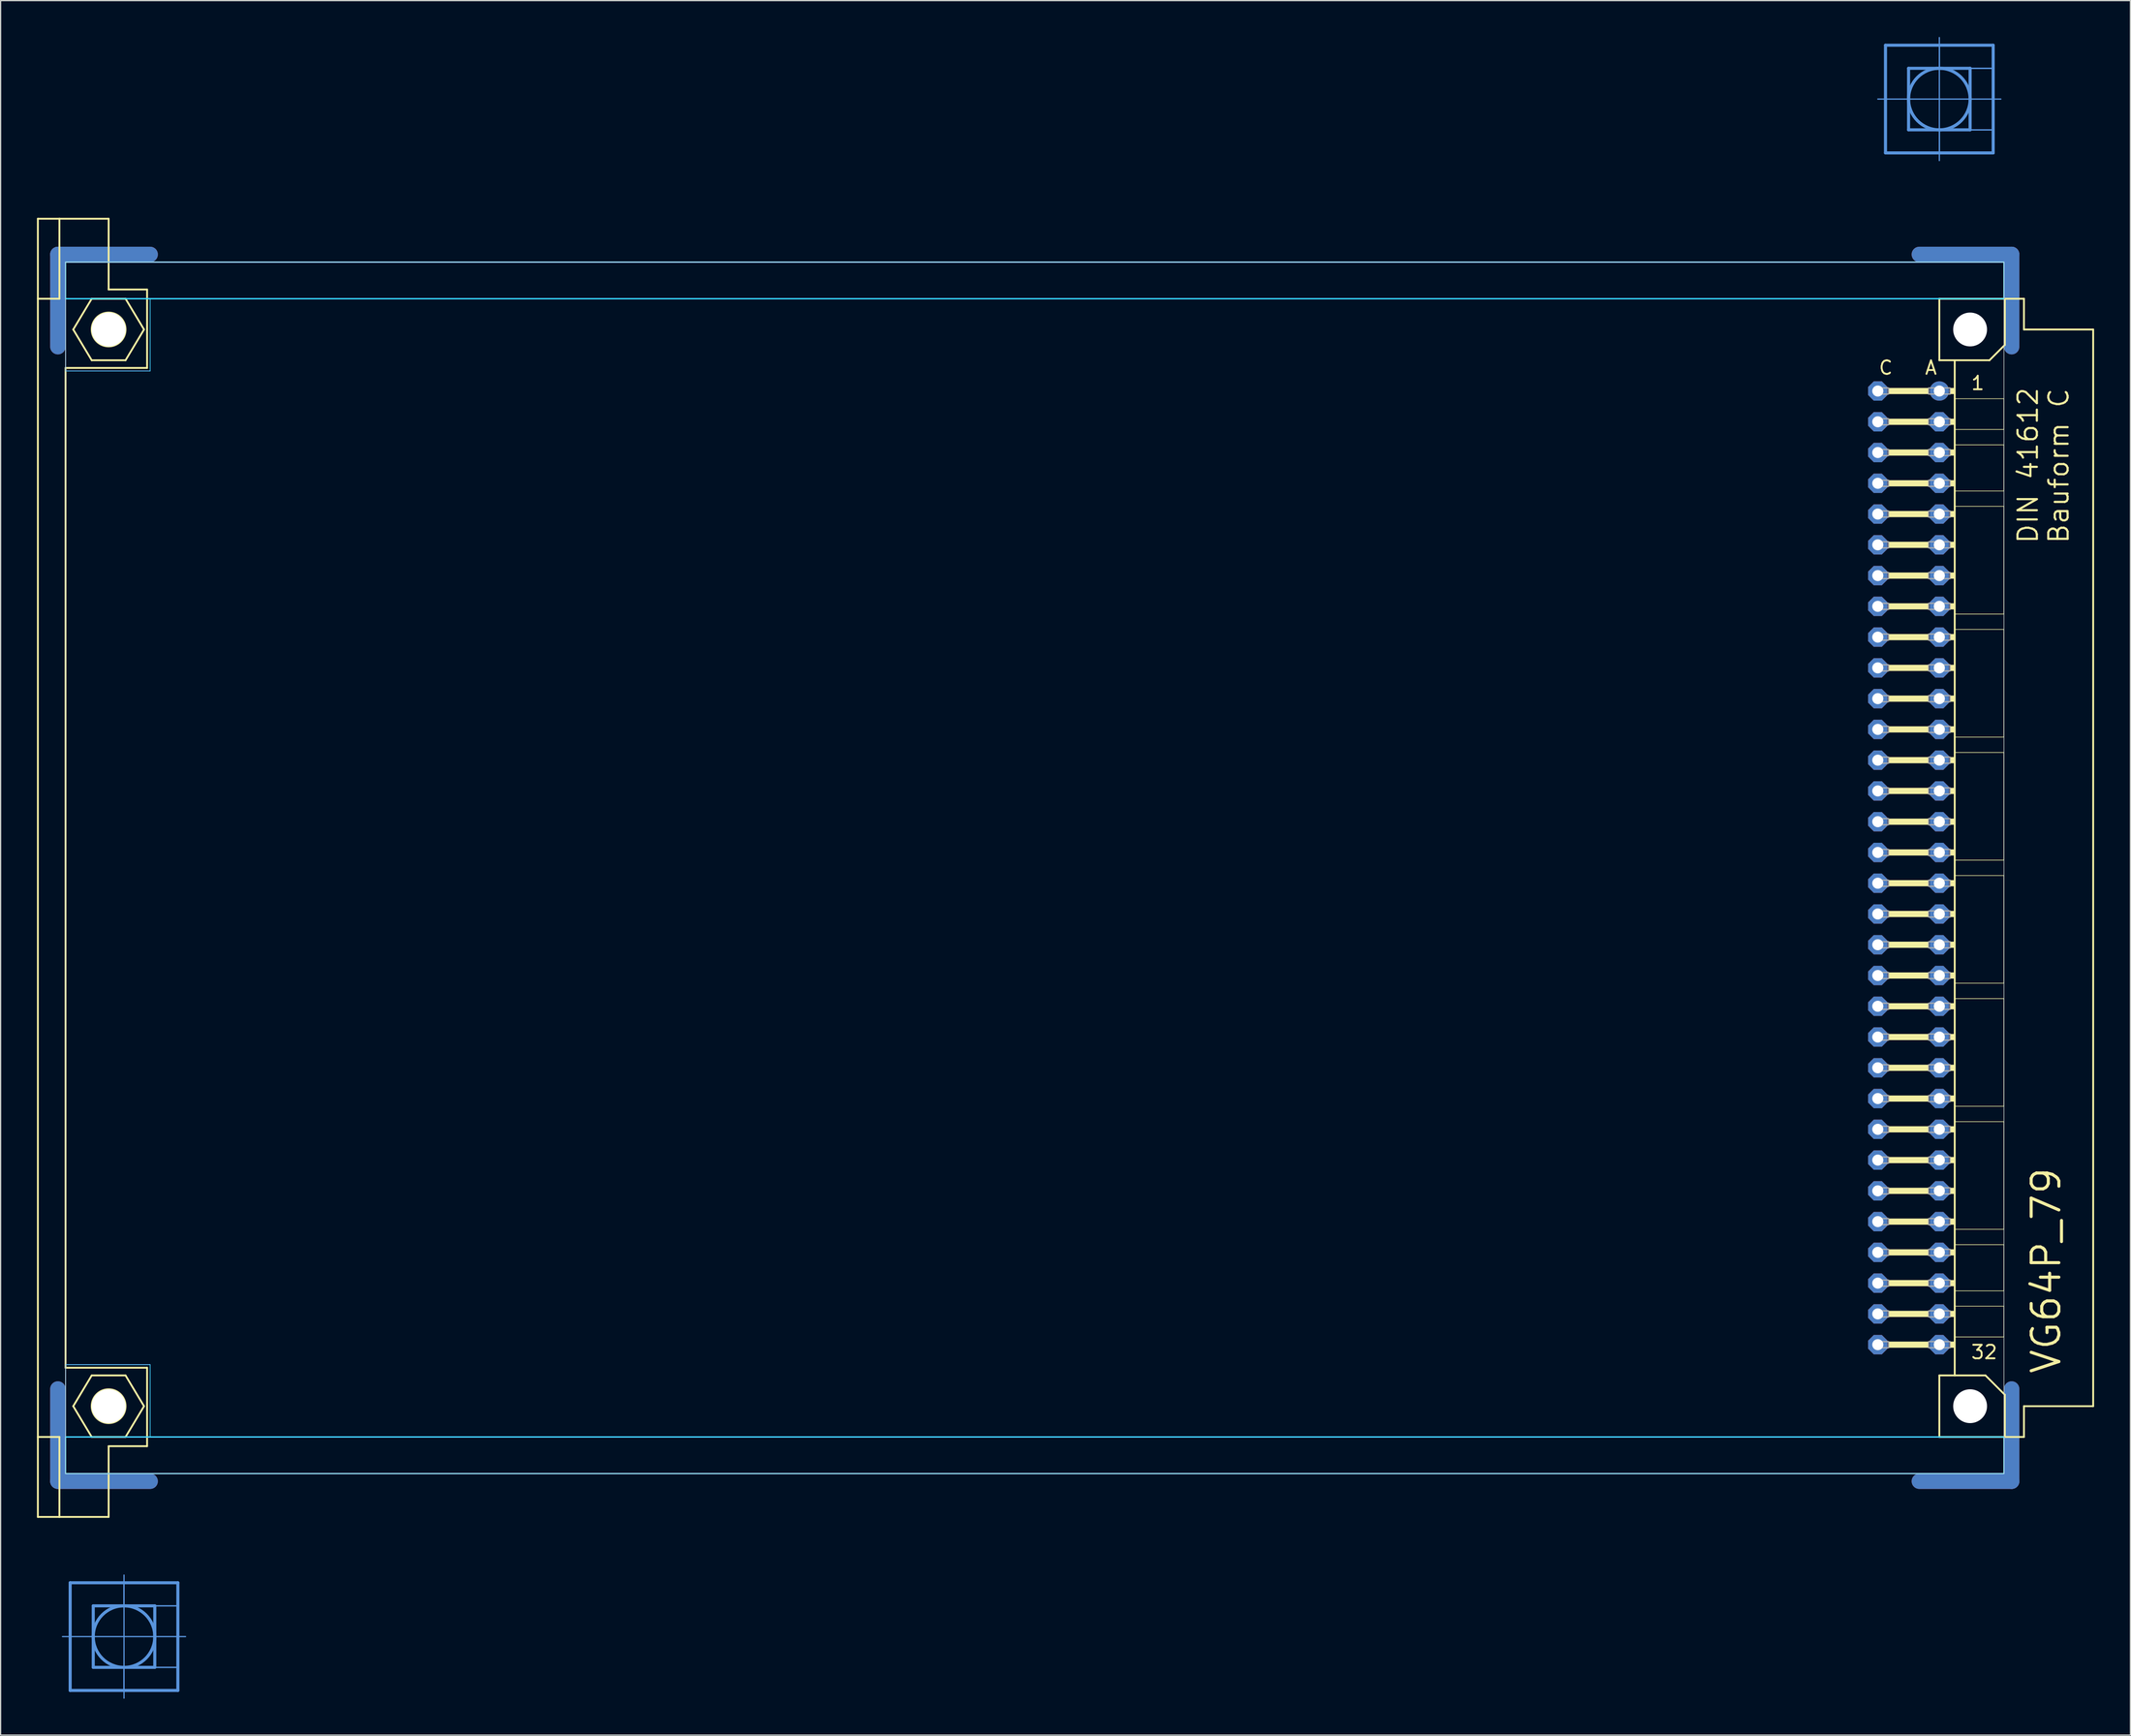
<source format=kicad_pcb>
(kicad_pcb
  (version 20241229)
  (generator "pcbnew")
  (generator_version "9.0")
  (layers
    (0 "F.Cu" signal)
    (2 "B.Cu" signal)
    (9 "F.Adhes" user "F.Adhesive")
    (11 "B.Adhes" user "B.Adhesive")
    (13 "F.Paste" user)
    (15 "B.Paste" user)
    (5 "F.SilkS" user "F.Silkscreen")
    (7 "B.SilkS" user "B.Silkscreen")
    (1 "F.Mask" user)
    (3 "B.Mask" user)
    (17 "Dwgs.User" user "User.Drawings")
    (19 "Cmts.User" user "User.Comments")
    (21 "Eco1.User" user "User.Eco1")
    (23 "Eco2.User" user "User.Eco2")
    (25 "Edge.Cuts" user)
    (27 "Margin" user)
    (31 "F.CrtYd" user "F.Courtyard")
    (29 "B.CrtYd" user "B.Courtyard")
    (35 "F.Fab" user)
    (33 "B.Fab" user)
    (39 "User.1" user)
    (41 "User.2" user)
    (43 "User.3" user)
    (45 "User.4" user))
  (footprint "VG64P_79"
    (layer "F.Cu")
    (at 2.108 68.605)
    (property "Reference" "VG64P_79" (at 165.1 41.91 90) (unlocked yes) (layer "F.SilkS") (effects (font (size 2.286 2.286) (thickness 0.254)) (justify left bottom)))
    (fp_line (start -0.381 -43.028) (end -0.381 -50.648) (stroke (width 1.27) (type solid)) (layer "F.Cu"))
    (fp_line (start -0.381 43.028) (end -0.381 50.648) (stroke (width 1.27) (type solid)) (layer "F.Cu"))
    (fp_line (start 7.239 -50.648) (end -0.381 -50.648) (stroke (width 1.27) (type solid)) (layer "F.Cu"))
    (fp_line (start 7.239 50.648) (end -0.381 50.648) (stroke (width 1.27) (type solid)) (layer "F.Cu"))
    (fp_line (start 153.289 -50.648) (end 160.909 -50.648) (stroke (width 1.27) (type solid)) (layer "F.Cu"))
    (fp_line (start 153.289 50.648) (end 160.909 50.648) (stroke (width 1.27) (type solid)) (layer "F.Cu"))
    (fp_line (start 160.909 -43.028) (end 160.909 -50.648) (stroke (width 1.27) (type solid)) (layer "F.Cu"))
    (fp_line (start 160.909 43.028) (end 160.909 50.648) (stroke (width 1.27) (type solid)) (layer "F.Cu"))
    (fp_line (start 0.254 -42.393) (end 0.254 -50.013) (stroke (width 0.152) (type solid)) (layer "F.Mask"))
    (fp_line (start 0.254 42.393) (end 0.254 50.013) (stroke (width 0.152) (type solid)) (layer "F.Mask"))
    (fp_line (start 7.874 -50.013) (end 0.254 -50.013) (stroke (width 0.152) (type solid)) (layer "F.Mask"))
    (fp_line (start 7.874 50.013) (end 0.254 50.013) (stroke (width 0.152) (type solid)) (layer "F.Mask"))
    (fp_line (start 152.654 -50.013) (end 160.274 -50.013) (stroke (width 0.152) (type solid)) (layer "F.Mask"))
    (fp_line (start 152.654 50.013) (end 160.274 50.013) (stroke (width 0.152) (type solid)) (layer "F.Mask"))
    (fp_line (start 160.274 -42.393) (end 160.274 -50.013) (stroke (width 0.152) (type solid)) (layer "F.Mask"))
    (fp_line (start 160.274 42.393) (end 160.274 50.013) (stroke (width 0.152) (type solid)) (layer "F.Mask"))
    (fp_line (start -0.381 -43.028) (end -0.381 -50.648) (stroke (width 1.27) (type solid)) (layer "B.Cu"))
    (fp_line (start -0.381 43.028) (end -0.381 50.648) (stroke (width 1.27) (type solid)) (layer "B.Cu"))
    (fp_line (start 7.239 -50.648) (end -0.381 -50.648) (stroke (width 1.27) (type solid)) (layer "B.Cu"))
    (fp_line (start 7.239 50.648) (end -0.381 50.648) (stroke (width 1.27) (type solid)) (layer "B.Cu"))
    (fp_line (start 153.289 -50.648) (end 160.909 -50.648) (stroke (width 1.27) (type solid)) (layer "B.Cu"))
    (fp_line (start 153.289 50.648) (end 160.909 50.648) (stroke (width 1.27) (type solid)) (layer "B.Cu"))
    (fp_line (start 160.909 -43.028) (end 160.909 -50.648) (stroke (width 1.27) (type solid)) (layer "B.Cu"))
    (fp_line (start 160.909 43.028) (end 160.909 50.648) (stroke (width 1.27) (type solid)) (layer "B.Cu"))
    (fp_line (start 0.254 -50.013) (end 7.874 -50.013) (stroke (width 0.152) (type solid)) (layer "B.Mask"))
    (fp_line (start 0.254 -42.393) (end 0.254 -50.013) (stroke (width 0.152) (type solid)) (layer "B.Mask"))
    (fp_line (start 0.254 50.013) (end 0.254 42.393) (stroke (width 0.152) (type solid)) (layer "B.Mask"))
    (fp_line (start 7.874 50.013) (end 0.254 50.013) (stroke (width 0.152) (type solid)) (layer "B.Mask"))
    (fp_line (start 152.654 -50.013) (end 160.274 -50.013) (stroke (width 0.152) (type solid)) (layer "B.Mask"))
    (fp_line (start 160.274 -50.013) (end 160.274 -42.393) (stroke (width 0.152) (type solid)) (layer "B.Mask"))
    (fp_line (start 160.274 42.393) (end 160.274 50.013) (stroke (width 0.152) (type solid)) (layer "B.Mask"))
    (fp_line (start 160.274 50.013) (end 152.654 50.013) (stroke (width 0.152) (type solid)) (layer "B.Mask"))
    (fp_line (start -2.032 -53.594) (end -0.254 -53.594) (stroke (width 0.152) (type solid)) (layer "F.SilkS"))
    (fp_line (start -2.032 -46.99) (end -2.032 -53.594) (stroke (width 0.152) (type solid)) (layer "F.SilkS"))
    (fp_line (start -2.032 -46.99) (end -0.254 -46.99) (stroke (width 0.152) (type solid)) (layer "F.SilkS"))
    (fp_line (start -2.032 46.99) (end -2.032 -46.99) (stroke (width 0.152) (type solid)) (layer "F.SilkS"))
    (fp_line (start -2.032 46.99) (end -0.254 46.99) (stroke (width 0.152) (type solid)) (layer "F.SilkS"))
    (fp_line (start -2.032 53.594) (end -2.032 46.99) (stroke (width 0.152) (type solid)) (layer "F.SilkS"))
    (fp_line (start -2.032 53.594) (end -0.254 53.594) (stroke (width 0.152) (type solid)) (layer "F.SilkS"))
    (fp_line (start -0.254 -53.594) (end -0.254 -46.99) (stroke (width 0.152) (type solid)) (layer "F.SilkS"))
    (fp_line (start -0.254 -53.594) (end 3.81 -53.594) (stroke (width 0.152) (type solid)) (layer "F.SilkS"))
    (fp_line (start -0.254 53.594) (end -0.254 46.99) (stroke (width 0.152) (type solid)) (layer "F.SilkS"))
    (fp_line (start -0.254 53.594) (end 3.81 53.594) (stroke (width 0.152) (type solid)) (layer "F.SilkS"))
    (fp_line (start 0.254 -41.275) (end 0.254 41.275) (stroke (width 0.152) (type solid)) (layer "F.SilkS"))
    (fp_line (start 0.254 -41.275) (end 6.985 -41.275) (stroke (width 0.152) (type solid)) (layer "F.SilkS"))
    (fp_line (start 0.254 41.275) (end 6.985 41.275) (stroke (width 0.152) (type solid)) (layer "F.SilkS"))
    (fp_line (start 0.889 -44.45) (end 2.413 -46.99) (stroke (width 0.152) (type solid)) (layer "F.SilkS"))
    (fp_line (start 0.889 44.45) (end 2.413 46.99) (stroke (width 0.152) (type solid)) (layer "F.SilkS"))
    (fp_line (start 2.413 -46.99) (end 5.207 -46.99) (stroke (width 0.152) (type solid)) (layer "F.SilkS"))
    (fp_line (start 2.413 -41.91) (end 0.889 -44.45) (stroke (width 0.152) (type solid)) (layer "F.SilkS"))
    (fp_line (start 2.413 41.91) (end 0.889 44.45) (stroke (width 0.152) (type solid)) (layer "F.SilkS"))
    (fp_line (start 2.413 46.99) (end 5.207 46.99) (stroke (width 0.152) (type solid)) (layer "F.SilkS"))
    (fp_line (start 3.81 -53.594) (end 3.81 -47.752) (stroke (width 0.152) (type solid)) (layer "F.SilkS"))
    (fp_line (start 3.81 -47.752) (end 6.985 -47.752) (stroke (width 0.152) (type solid)) (layer "F.SilkS"))
    (fp_line (start 3.81 47.752) (end 6.985 47.752) (stroke (width 0.152) (type solid)) (layer "F.SilkS"))
    (fp_line (start 3.81 53.594) (end 3.81 47.752) (stroke (width 0.152) (type solid)) (layer "F.SilkS"))
    (fp_line (start 5.207 -46.99) (end 6.731 -44.45) (stroke (width 0.152) (type solid)) (layer "F.SilkS"))
    (fp_line (start 5.207 -41.91) (end 2.413 -41.91) (stroke (width 0.152) (type solid)) (layer "F.SilkS"))
    (fp_line (start 5.207 41.91) (end 2.413 41.91) (stroke (width 0.152) (type solid)) (layer "F.SilkS"))
    (fp_line (start 5.207 46.99) (end 6.731 44.45) (stroke (width 0.152) (type solid)) (layer "F.SilkS"))
    (fp_line (start 6.731 -44.45) (end 5.207 -41.91) (stroke (width 0.152) (type solid)) (layer "F.SilkS"))
    (fp_line (start 6.731 44.45) (end 5.207 41.91) (stroke (width 0.152) (type solid)) (layer "F.SilkS"))
    (fp_line (start 6.985 -47.752) (end 6.985 -41.275) (stroke (width 0.152) (type solid)) (layer "F.SilkS"))
    (fp_line (start 6.985 47.752) (end 6.985 41.275) (stroke (width 0.152) (type solid)) (layer "F.SilkS"))
    (fp_line (start 154.94 -46.99) (end 154.94 -41.91) (stroke (width 0.152) (type solid)) (layer "F.SilkS"))
    (fp_line (start 154.94 -41.91) (end 156.21 -41.91) (stroke (width 0.152) (type solid)) (layer "F.SilkS"))
    (fp_line (start 154.94 41.91) (end 154.94 46.99) (stroke (width 0.152) (type solid)) (layer "F.SilkS"))
    (fp_line (start 154.94 41.91) (end 156.21 41.91) (stroke (width 0.152) (type solid)) (layer "F.SilkS"))
    (fp_line (start 154.94 46.99) (end 160.35 46.99) (stroke (width 0.152) (type solid)) (layer "F.SilkS"))
    (fp_line (start 156.21 -41.91) (end 156.21 -38.735) (stroke (width 0.152) (type solid)) (layer "F.SilkS"))
    (fp_line (start 156.21 -41.91) (end 159.08 -41.91) (stroke (width 0.152) (type solid)) (layer "F.SilkS"))
    (fp_line (start 156.21 -38.735) (end 156.21 -36.195) (stroke (width 0.152) (type solid)) (layer "F.SilkS"))
    (fp_line (start 156.21 -36.195) (end 156.21 -34.925) (stroke (width 0.152) (type solid)) (layer "F.SilkS"))
    (fp_line (start 156.21 -34.925) (end 156.21 -31.115) (stroke (width 0.152) (type solid)) (layer "F.SilkS"))
    (fp_line (start 156.21 -31.115) (end 156.21 -29.845) (stroke (width 0.152) (type solid)) (layer "F.SilkS"))
    (fp_line (start 156.21 -29.845) (end 156.21 -20.955) (stroke (width 0.152) (type solid)) (layer "F.SilkS"))
    (fp_line (start 156.21 -20.955) (end 156.21 -19.685) (stroke (width 0.152) (type solid)) (layer "F.SilkS"))
    (fp_line (start 156.21 -19.685) (end 156.21 -10.795) (stroke (width 0.152) (type solid)) (layer "F.SilkS"))
    (fp_line (start 156.21 -10.795) (end 156.21 -9.525) (stroke (width 0.152) (type solid)) (layer "F.SilkS"))
    (fp_line (start 156.21 -9.525) (end 156.21 -0.635) (stroke (width 0.152) (type solid)) (layer "F.SilkS"))
    (fp_line (start 156.21 -0.635) (end 156.21 0.635) (stroke (width 0.152) (type solid)) (layer "F.SilkS"))
    (fp_line (start 156.21 0.635) (end 156.21 9.525) (stroke (width 0.152) (type solid)) (layer "F.SilkS"))
    (fp_line (start 156.21 9.525) (end 156.21 10.795) (stroke (width 0.152) (type solid)) (layer "F.SilkS"))
    (fp_line (start 156.21 10.795) (end 156.21 19.685) (stroke (width 0.152) (type solid)) (layer "F.SilkS"))
    (fp_line (start 156.21 19.685) (end 156.21 20.955) (stroke (width 0.152) (type solid)) (layer "F.SilkS"))
    (fp_line (start 156.21 20.955) (end 156.21 29.845) (stroke (width 0.152) (type solid)) (layer "F.SilkS"))
    (fp_line (start 156.21 29.845) (end 156.21 31.115) (stroke (width 0.152) (type solid)) (layer "F.SilkS"))
    (fp_line (start 156.21 31.115) (end 156.21 34.925) (stroke (width 0.152) (type solid)) (layer "F.SilkS"))
    (fp_line (start 156.21 34.925) (end 156.21 36.195) (stroke (width 0.152) (type solid)) (layer "F.SilkS"))
    (fp_line (start 156.21 36.195) (end 156.21 38.735) (stroke (width 0.152) (type solid)) (layer "F.SilkS"))
    (fp_line (start 156.21 38.735) (end 156.21 41.91) (stroke (width 0.152) (type solid)) (layer "F.SilkS"))
    (fp_line (start 156.21 41.91) (end 158.75 41.91) (stroke (width 0.152) (type solid)) (layer "F.SilkS"))
    (fp_line (start 159.08 -41.91) (end 160.35 -43.18) (stroke (width 0.152) (type solid)) (layer "F.SilkS"))
    (fp_line (start 160.274 -38.735) (end 156.21 -38.735) (stroke (width 0.051) (type solid)) (layer "F.SilkS"))
    (fp_line (start 160.274 -38.735) (end 160.274 -36.195) (stroke (width 0.051) (type solid)) (layer "F.SilkS"))
    (fp_line (start 160.274 -36.195) (end 156.21 -36.195) (stroke (width 0.051) (type solid)) (layer "F.SilkS"))
    (fp_line (start 160.274 -34.925) (end 156.21 -34.925) (stroke (width 0.051) (type solid)) (layer "F.SilkS"))
    (fp_line (start 160.274 -34.925) (end 160.274 -31.115) (stroke (width 0.051) (type solid)) (layer "F.SilkS"))
    (fp_line (start 160.274 -31.115) (end 156.21 -31.115) (stroke (width 0.051) (type solid)) (layer "F.SilkS"))
    (fp_line (start 160.274 -29.845) (end 156.21 -29.845) (stroke (width 0.051) (type solid)) (layer "F.SilkS"))
    (fp_line (start 160.274 -29.845) (end 160.274 -20.955) (stroke (width 0.051) (type solid)) (layer "F.SilkS"))
    (fp_line (start 160.274 -20.955) (end 156.21 -20.955) (stroke (width 0.051) (type solid)) (layer "F.SilkS"))
    (fp_line (start 160.274 -19.685) (end 156.21 -19.685) (stroke (width 0.051) (type solid)) (layer "F.SilkS"))
    (fp_line (start 160.274 -19.685) (end 160.274 -10.795) (stroke (width 0.051) (type solid)) (layer "F.SilkS"))
    (fp_line (start 160.274 -10.795) (end 156.21 -10.795) (stroke (width 0.051) (type solid)) (layer "F.SilkS"))
    (fp_line (start 160.274 -9.525) (end 156.21 -9.525) (stroke (width 0.051) (type solid)) (layer "F.SilkS"))
    (fp_line (start 160.274 -9.525) (end 160.274 -0.635) (stroke (width 0.051) (type solid)) (layer "F.SilkS"))
    (fp_line (start 160.274 -0.635) (end 156.21 -0.635) (stroke (width 0.051) (type solid)) (layer "F.SilkS"))
    (fp_line (start 160.274 0.635) (end 156.21 0.635) (stroke (width 0.051) (type solid)) (layer "F.SilkS"))
    (fp_line (start 160.274 0.635) (end 160.274 9.525) (stroke (width 0.051) (type solid)) (layer "F.SilkS"))
    (fp_line (start 160.274 9.525) (end 156.21 9.525) (stroke (width 0.051) (type solid)) (layer "F.SilkS"))
    (fp_line (start 160.274 10.795) (end 156.21 10.795) (stroke (width 0.051) (type solid)) (layer "F.SilkS"))
    (fp_line (start 160.274 10.795) (end 160.274 19.685) (stroke (width 0.051) (type solid)) (layer "F.SilkS"))
    (fp_line (start 160.274 19.685) (end 156.21 19.685) (stroke (width 0.051) (type solid)) (layer "F.SilkS"))
    (fp_line (start 160.274 20.955) (end 156.21 20.955) (stroke (width 0.051) (type solid)) (layer "F.SilkS"))
    (fp_line (start 160.274 20.955) (end 160.274 29.845) (stroke (width 0.051) (type solid)) (layer "F.SilkS"))
    (fp_line (start 160.274 29.845) (end 156.21 29.845) (stroke (width 0.051) (type solid)) (layer "F.SilkS"))
    (fp_line (start 160.274 31.115) (end 156.21 31.115) (stroke (width 0.051) (type solid)) (layer "F.SilkS"))
    (fp_line (start 160.274 31.115) (end 160.274 34.925) (stroke (width 0.051) (type solid)) (layer "F.SilkS"))
    (fp_line (start 160.274 34.925) (end 156.21 34.925) (stroke (width 0.051) (type solid)) (layer "F.SilkS"))
    (fp_line (start 160.274 36.195) (end 156.21 36.195) (stroke (width 0.051) (type solid)) (layer "F.SilkS"))
    (fp_line (start 160.274 36.195) (end 160.274 38.735) (stroke (width 0.051) (type solid)) (layer "F.SilkS"))
    (fp_line (start 160.274 38.735) (end 156.21 38.735) (stroke (width 0.051) (type solid)) (layer "F.SilkS"))
    (fp_line (start 160.35 -46.99) (end 154.94 -46.99) (stroke (width 0.152) (type solid)) (layer "F.SilkS"))
    (fp_line (start 160.35 -43.18) (end 160.35 -46.99) (stroke (width 0.152) (type solid)) (layer "F.SilkS"))
    (fp_line (start 160.35 43.51) (end 158.75 41.91) (stroke (width 0.152) (type solid)) (layer "F.SilkS"))
    (fp_line (start 160.35 43.51) (end 160.35 46.99) (stroke (width 0.152) (type solid)) (layer "F.SilkS"))
    (fp_line (start 160.35 46.99) (end 161.925 46.99) (stroke (width 0.152) (type solid)) (layer "F.SilkS"))
    (fp_line (start 161.925 -46.99) (end 160.35 -46.99) (stroke (width 0.152) (type solid)) (layer "F.SilkS"))
    (fp_line (start 161.925 -44.45) (end 161.925 -46.99) (stroke (width 0.152) (type solid)) (layer "F.SilkS"))
    (fp_line (start 161.925 44.45) (end 167.64 44.45) (stroke (width 0.152) (type solid)) (layer "F.SilkS"))
    (fp_line (start 161.925 46.99) (end 161.925 44.45) (stroke (width 0.152) (type solid)) (layer "F.SilkS"))
    (fp_line (start 167.64 -44.45) (end 161.925 -44.45) (stroke (width 0.152) (type solid)) (layer "F.SilkS"))
    (fp_line (start 167.64 44.45) (end 167.64 -44.45) (stroke (width 0.152) (type solid)) (layer "F.SilkS"))
    (fp_circle (center 3.81 -44.45) (end 5.207 -44.45) (stroke (width 0.152) (type solid)) (fill no) (layer "F.SilkS"))
    (fp_circle (center 3.81 44.45) (end 5.207 44.45) (stroke (width 0.152) (type solid)) (fill no) (layer "F.SilkS"))
    (fp_circle (center 157.48 -44.45) (end 158.75 -44.45) (stroke (width 0.152) (type solid)) (fill no) (layer "F.SilkS"))
    (fp_circle (center 157.48 44.45) (end 158.75 44.45) (stroke (width 0.152) (type solid)) (fill no) (layer "F.SilkS"))
    (fp_poly (pts (xy 150.749 -39.116) (xy 154.051 -39.116) (xy 154.051 -39.624) (xy 150.749 -39.624)) (stroke (width 0) (type default)) (fill yes) (layer "F.SilkS"))
    (fp_poly (pts (xy 150.749 -36.576) (xy 154.051 -36.576) (xy 154.051 -37.084) (xy 150.749 -37.084)) (stroke (width 0) (type default)) (fill yes) (layer "F.SilkS"))
    (fp_poly (pts (xy 150.749 -34.036) (xy 154.051 -34.036) (xy 154.051 -34.544) (xy 150.749 -34.544)) (stroke (width 0) (type default)) (fill yes) (layer "F.SilkS"))
    (fp_poly (pts (xy 150.749 -31.496) (xy 154.051 -31.496) (xy 154.051 -32.004) (xy 150.749 -32.004)) (stroke (width 0) (type default)) (fill yes) (layer "F.SilkS"))
    (fp_poly (pts (xy 150.749 -28.956) (xy 154.051 -28.956) (xy 154.051 -29.464) (xy 150.749 -29.464)) (stroke (width 0) (type default)) (fill yes) (layer "F.SilkS"))
    (fp_poly (pts (xy 150.749 -26.416) (xy 154.051 -26.416) (xy 154.051 -26.924) (xy 150.749 -26.924)) (stroke (width 0) (type default)) (fill yes) (layer "F.SilkS"))
    (fp_poly (pts (xy 150.749 -23.876) (xy 154.051 -23.876) (xy 154.051 -24.384) (xy 150.749 -24.384)) (stroke (width 0) (type default)) (fill yes) (layer "F.SilkS"))
    (fp_poly (pts (xy 150.749 -21.336) (xy 154.051 -21.336) (xy 154.051 -21.844) (xy 150.749 -21.844)) (stroke (width 0) (type default)) (fill yes) (layer "F.SilkS"))
    (fp_poly (pts (xy 150.749 -18.796) (xy 154.051 -18.796) (xy 154.051 -19.304) (xy 150.749 -19.304)) (stroke (width 0) (type default)) (fill yes) (layer "F.SilkS"))
    (fp_poly (pts (xy 150.749 -16.256) (xy 154.051 -16.256) (xy 154.051 -16.764) (xy 150.749 -16.764)) (stroke (width 0) (type default)) (fill yes) (layer "F.SilkS"))
    (fp_poly (pts (xy 150.749 -13.716) (xy 154.051 -13.716) (xy 154.051 -14.224) (xy 150.749 -14.224)) (stroke (width 0) (type default)) (fill yes) (layer "F.SilkS"))
    (fp_poly (pts (xy 150.749 -11.176) (xy 154.051 -11.176) (xy 154.051 -11.684) (xy 150.749 -11.684)) (stroke (width 0) (type default)) (fill yes) (layer "F.SilkS"))
    (fp_poly (pts (xy 150.749 -8.636) (xy 154.051 -8.636) (xy 154.051 -9.144) (xy 150.749 -9.144)) (stroke (width 0) (type default)) (fill yes) (layer "F.SilkS"))
    (fp_poly (pts (xy 150.749 -6.096) (xy 154.051 -6.096) (xy 154.051 -6.604) (xy 150.749 -6.604)) (stroke (width 0) (type default)) (fill yes) (layer "F.SilkS"))
    (fp_poly (pts (xy 150.749 -3.556) (xy 154.051 -3.556) (xy 154.051 -4.064) (xy 150.749 -4.064)) (stroke (width 0) (type default)) (fill yes) (layer "F.SilkS"))
    (fp_poly (pts (xy 150.749 -1.016) (xy 154.051 -1.016) (xy 154.051 -1.524) (xy 150.749 -1.524)) (stroke (width 0) (type default)) (fill yes) (layer "F.SilkS"))
    (fp_poly (pts (xy 150.749 1.524) (xy 154.051 1.524) (xy 154.051 1.016) (xy 150.749 1.016)) (stroke (width 0) (type default)) (fill yes) (layer "F.SilkS"))
    (fp_poly (pts (xy 150.749 4.064) (xy 154.051 4.064) (xy 154.051 3.556) (xy 150.749 3.556)) (stroke (width 0) (type default)) (fill yes) (layer "F.SilkS"))
    (fp_poly (pts (xy 150.749 6.604) (xy 154.051 6.604) (xy 154.051 6.096) (xy 150.749 6.096)) (stroke (width 0) (type default)) (fill yes) (layer "F.SilkS"))
    (fp_poly (pts (xy 150.749 9.144) (xy 154.051 9.144) (xy 154.051 8.636) (xy 150.749 8.636)) (stroke (width 0) (type default)) (fill yes) (layer "F.SilkS"))
    (fp_poly (pts (xy 150.749 11.684) (xy 154.051 11.684) (xy 154.051 11.176) (xy 150.749 11.176)) (stroke (width 0) (type default)) (fill yes) (layer "F.SilkS"))
    (fp_poly (pts (xy 150.749 14.224) (xy 154.051 14.224) (xy 154.051 13.716) (xy 150.749 13.716)) (stroke (width 0) (type default)) (fill yes) (layer "F.SilkS"))
    (fp_poly (pts (xy 150.749 16.764) (xy 154.051 16.764) (xy 154.051 16.256) (xy 150.749 16.256)) (stroke (width 0) (type default)) (fill yes) (layer "F.SilkS"))
    (fp_poly (pts (xy 150.749 19.304) (xy 154.051 19.304) (xy 154.051 18.796) (xy 150.749 18.796)) (stroke (width 0) (type default)) (fill yes) (layer "F.SilkS"))
    (fp_poly (pts (xy 150.749 21.844) (xy 154.051 21.844) (xy 154.051 21.336) (xy 150.749 21.336)) (stroke (width 0) (type default)) (fill yes) (layer "F.SilkS"))
    (fp_poly (pts (xy 150.749 24.384) (xy 154.051 24.384) (xy 154.051 23.876) (xy 150.749 23.876)) (stroke (width 0) (type default)) (fill yes) (layer "F.SilkS"))
    (fp_poly (pts (xy 150.749 26.924) (xy 154.051 26.924) (xy 154.051 26.416) (xy 150.749 26.416)) (stroke (width 0) (type default)) (fill yes) (layer "F.SilkS"))
    (fp_poly (pts (xy 150.749 29.464) (xy 154.051 29.464) (xy 154.051 28.956) (xy 150.749 28.956)) (stroke (width 0) (type default)) (fill yes) (layer "F.SilkS"))
    (fp_poly (pts (xy 150.749 32.004) (xy 154.051 32.004) (xy 154.051 31.496) (xy 150.749 31.496)) (stroke (width 0) (type default)) (fill yes) (layer "F.SilkS"))
    (fp_poly (pts (xy 150.749 34.544) (xy 154.051 34.544) (xy 154.051 34.036) (xy 150.749 34.036)) (stroke (width 0) (type default)) (fill yes) (layer "F.SilkS"))
    (fp_poly (pts (xy 150.749 37.084) (xy 154.051 37.084) (xy 154.051 36.576) (xy 150.749 36.576)) (stroke (width 0) (type default)) (fill yes) (layer "F.SilkS"))
    (fp_poly (pts (xy 150.749 39.624) (xy 154.051 39.624) (xy 154.051 39.116) (xy 150.749 39.116)) (stroke (width 0) (type default)) (fill yes) (layer "F.SilkS"))
    (fp_poly (pts (xy 155.829 -39.116) (xy 156.21 -39.116) (xy 156.21 -39.624) (xy 155.829 -39.624)) (stroke (width 0) (type default)) (fill yes) (layer "F.SilkS"))
    (fp_poly (pts (xy 155.829 -36.576) (xy 156.21 -36.576) (xy 156.21 -37.084) (xy 155.829 -37.084)) (stroke (width 0) (type default)) (fill yes) (layer "F.SilkS"))
    (fp_poly (pts (xy 155.829 -34.036) (xy 156.21 -34.036) (xy 156.21 -34.544) (xy 155.829 -34.544)) (stroke (width 0) (type default)) (fill yes) (layer "F.SilkS"))
    (fp_poly (pts (xy 155.829 -31.496) (xy 156.21 -31.496) (xy 156.21 -32.004) (xy 155.829 -32.004)) (stroke (width 0) (type default)) (fill yes) (layer "F.SilkS"))
    (fp_poly (pts (xy 155.829 -28.956) (xy 156.21 -28.956) (xy 156.21 -29.464) (xy 155.829 -29.464)) (stroke (width 0) (type default)) (fill yes) (layer "F.SilkS"))
    (fp_poly (pts (xy 155.829 -26.416) (xy 156.21 -26.416) (xy 156.21 -26.924) (xy 155.829 -26.924)) (stroke (width 0) (type default)) (fill yes) (layer "F.SilkS"))
    (fp_poly (pts (xy 155.829 -23.876) (xy 156.21 -23.876) (xy 156.21 -24.384) (xy 155.829 -24.384)) (stroke (width 0) (type default)) (fill yes) (layer "F.SilkS"))
    (fp_poly (pts (xy 155.829 -21.336) (xy 156.21 -21.336) (xy 156.21 -21.844) (xy 155.829 -21.844)) (stroke (width 0) (type default)) (fill yes) (layer "F.SilkS"))
    (fp_poly (pts (xy 155.829 -18.796) (xy 156.21 -18.796) (xy 156.21 -19.304) (xy 155.829 -19.304)) (stroke (width 0) (type default)) (fill yes) (layer "F.SilkS"))
    (fp_poly (pts (xy 155.829 -16.256) (xy 156.21 -16.256) (xy 156.21 -16.764) (xy 155.829 -16.764)) (stroke (width 0) (type default)) (fill yes) (layer "F.SilkS"))
    (fp_poly (pts (xy 155.829 -13.716) (xy 156.21 -13.716) (xy 156.21 -14.224) (xy 155.829 -14.224)) (stroke (width 0) (type default)) (fill yes) (layer "F.SilkS"))
    (fp_poly (pts (xy 155.829 -11.176) (xy 156.21 -11.176) (xy 156.21 -11.684) (xy 155.829 -11.684)) (stroke (width 0) (type default)) (fill yes) (layer "F.SilkS"))
    (fp_poly (pts (xy 155.829 -8.636) (xy 156.21 -8.636) (xy 156.21 -9.144) (xy 155.829 -9.144)) (stroke (width 0) (type default)) (fill yes) (layer "F.SilkS"))
    (fp_poly (pts (xy 155.829 -6.096) (xy 156.21 -6.096) (xy 156.21 -6.604) (xy 155.829 -6.604)) (stroke (width 0) (type default)) (fill yes) (layer "F.SilkS"))
    (fp_poly (pts (xy 155.829 -3.556) (xy 156.21 -3.556) (xy 156.21 -4.064) (xy 155.829 -4.064)) (stroke (width 0) (type default)) (fill yes) (layer "F.SilkS"))
    (fp_poly (pts (xy 155.829 -1.016) (xy 156.21 -1.016) (xy 156.21 -1.524) (xy 155.829 -1.524)) (stroke (width 0) (type default)) (fill yes) (layer "F.SilkS"))
    (fp_poly (pts (xy 155.829 1.524) (xy 156.21 1.524) (xy 156.21 1.016) (xy 155.829 1.016)) (stroke (width 0) (type default)) (fill yes) (layer "F.SilkS"))
    (fp_poly (pts (xy 155.829 4.064) (xy 156.21 4.064) (xy 156.21 3.556) (xy 155.829 3.556)) (stroke (width 0) (type default)) (fill yes) (layer "F.SilkS"))
    (fp_poly (pts (xy 155.829 6.604) (xy 156.21 6.604) (xy 156.21 6.096) (xy 155.829 6.096)) (stroke (width 0) (type default)) (fill yes) (layer "F.SilkS"))
    (fp_poly (pts (xy 155.829 9.144) (xy 156.21 9.144) (xy 156.21 8.636) (xy 155.829 8.636)) (stroke (width 0) (type default)) (fill yes) (layer "F.SilkS"))
    (fp_poly (pts (xy 155.829 11.684) (xy 156.21 11.684) (xy 156.21 11.176) (xy 155.829 11.176)) (stroke (width 0) (type default)) (fill yes) (layer "F.SilkS"))
    (fp_poly (pts (xy 155.829 14.224) (xy 156.21 14.224) (xy 156.21 13.716) (xy 155.829 13.716)) (stroke (width 0) (type default)) (fill yes) (layer "F.SilkS"))
    (fp_poly (pts (xy 155.829 16.764) (xy 156.21 16.764) (xy 156.21 16.256) (xy 155.829 16.256)) (stroke (width 0) (type default)) (fill yes) (layer "F.SilkS"))
    (fp_poly (pts (xy 155.829 19.304) (xy 156.21 19.304) (xy 156.21 18.796) (xy 155.829 18.796)) (stroke (width 0) (type default)) (fill yes) (layer "F.SilkS"))
    (fp_poly (pts (xy 155.829 21.844) (xy 156.21 21.844) (xy 156.21 21.336) (xy 155.829 21.336)) (stroke (width 0) (type default)) (fill yes) (layer "F.SilkS"))
    (fp_poly (pts (xy 155.829 24.384) (xy 156.21 24.384) (xy 156.21 23.876) (xy 155.829 23.876)) (stroke (width 0) (type default)) (fill yes) (layer "F.SilkS"))
    (fp_poly (pts (xy 155.829 26.924) (xy 156.21 26.924) (xy 156.21 26.416) (xy 155.829 26.416)) (stroke (width 0) (type default)) (fill yes) (layer "F.SilkS"))
    (fp_poly (pts (xy 155.829 29.464) (xy 156.21 29.464) (xy 156.21 28.956) (xy 155.829 28.956)) (stroke (width 0) (type default)) (fill yes) (layer "F.SilkS"))
    (fp_poly (pts (xy 155.829 32.004) (xy 156.21 32.004) (xy 156.21 31.496) (xy 155.829 31.496)) (stroke (width 0) (type default)) (fill yes) (layer "F.SilkS"))
    (fp_poly (pts (xy 155.829 34.544) (xy 156.21 34.544) (xy 156.21 34.036) (xy 155.829 34.036)) (stroke (width 0) (type default)) (fill yes) (layer "F.SilkS"))
    (fp_poly (pts (xy 155.829 37.084) (xy 156.21 37.084) (xy 156.21 36.576) (xy 155.829 36.576)) (stroke (width 0) (type default)) (fill yes) (layer "F.SilkS"))
    (fp_poly (pts (xy 155.829 39.624) (xy 156.21 39.624) (xy 156.21 39.116) (xy 155.829 39.116)) (stroke (width 0) (type default)) (fill yes) (layer "F.SilkS"))
    (fp_line (start 0 63.475) (end 0.635 63.475) (stroke (width 0.102) (type solid)) (layer "Cmts.User"))
    (fp_line (start 0.635 59.03) (end 9.525 59.03) (stroke (width 0.254) (type solid)) (layer "Cmts.User"))
    (fp_line (start 0.635 63.475) (end 0.635 59.03) (stroke (width 0.254) (type solid)) (layer "Cmts.User"))
    (fp_line (start 0.635 63.475) (end 10.16 63.475) (stroke (width 0.102) (type solid)) (layer "Cmts.User"))
    (fp_line (start 0.635 67.92) (end 0.635 63.475) (stroke (width 0.254) (type solid)) (layer "Cmts.User"))
    (fp_line (start 2.54 60.935) (end 2.54 66.015) (stroke (width 0.254) (type solid)) (layer "Cmts.User"))
    (fp_line (start 2.54 66.015) (end 7.62 66.015) (stroke (width 0.254) (type solid)) (layer "Cmts.User"))
    (fp_line (start 5.08 68.555) (end 5.08 58.395) (stroke (width 0.102) (type solid)) (layer "Cmts.User"))
    (fp_line (start 7.62 60.935) (end 2.54 60.935) (stroke (width 0.254) (type solid)) (layer "Cmts.User"))
    (fp_line (start 7.62 66.015) (end 7.62 60.935) (stroke (width 0.254) (type solid)) (layer "Cmts.User"))
    (fp_line (start 9.525 59.03) (end 9.525 67.92) (stroke (width 0.254) (type solid)) (layer "Cmts.User"))
    (fp_line (start 9.525 67.92) (end 0.635 67.92) (stroke (width 0.254) (type solid)) (layer "Cmts.User"))
    (fp_line (start 149.86 -63.475) (end 150.495 -63.475) (stroke (width 0.102) (type solid)) (layer "Cmts.User"))
    (fp_line (start 150.495 -67.92) (end 159.385 -67.92) (stroke (width 0.254) (type solid)) (layer "Cmts.User"))
    (fp_line (start 150.495 -63.475) (end 150.495 -67.92) (stroke (width 0.254) (type solid)) (layer "Cmts.User"))
    (fp_line (start 150.495 -63.475) (end 160.02 -63.475) (stroke (width 0.102) (type solid)) (layer "Cmts.User"))
    (fp_line (start 150.495 -59.03) (end 150.495 -63.475) (stroke (width 0.254) (type solid)) (layer "Cmts.User"))
    (fp_line (start 152.4 -66.015) (end 152.4 -60.935) (stroke (width 0.254) (type solid)) (layer "Cmts.User"))
    (fp_line (start 152.4 -60.935) (end 157.48 -60.935) (stroke (width 0.254) (type solid)) (layer "Cmts.User"))
    (fp_line (start 154.94 -58.395) (end 154.94 -68.555) (stroke (width 0.102) (type solid)) (layer "Cmts.User"))
    (fp_line (start 157.48 -66.015) (end 152.4 -66.015) (stroke (width 0.254) (type solid)) (layer "Cmts.User"))
    (fp_line (start 157.48 -60.935) (end 157.48 -66.015) (stroke (width 0.254) (type solid)) (layer "Cmts.User"))
    (fp_line (start 159.385 -67.92) (end 159.385 -59.03) (stroke (width 0.254) (type solid)) (layer "Cmts.User"))
    (fp_line (start 159.385 -59.03) (end 150.495 -59.03) (stroke (width 0.254) (type solid)) (layer "Cmts.User"))
    (fp_circle (center 5.08 63.475) (end 7.62 63.475) (stroke (width 0.254) (type solid)) (fill no) (layer "Cmts.User"))
    (fp_circle (center 154.94 -63.475) (end 157.48 -63.475) (stroke (width 0.254) (type solid)) (fill no) (layer "Cmts.User"))
    (fp_poly (pts (xy 5.08 60.935) (xy 9.525 60.935) (xy 9.525 59.03) (xy 5.08 59.03)) (stroke (width 0.1) (type default)) (fill no) (layer "Cmts.User"))
    (fp_poly (pts (xy 5.08 67.92) (xy 9.525 67.92) (xy 9.525 66.015) (xy 5.08 66.015)) (stroke (width 0.1) (type default)) (fill no) (layer "Cmts.User"))
    (fp_poly (pts (xy 7.62 66.015) (xy 9.525 66.015) (xy 9.525 60.935) (xy 7.62 60.935)) (stroke (width 0.1) (type default)) (fill no) (layer "Cmts.User"))
    (fp_poly (pts (xy 154.94 -66.015) (xy 159.385 -66.015) (xy 159.385 -67.92) (xy 154.94 -67.92)) (stroke (width 0.1) (type default)) (fill no) (layer "Cmts.User"))
    (fp_poly (pts (xy 154.94 -59.03) (xy 159.385 -59.03) (xy 159.385 -60.935) (xy 154.94 -60.935)) (stroke (width 0.1) (type default)) (fill no) (layer "Cmts.User"))
    (fp_poly (pts (xy 157.48 -60.935) (xy 159.385 -60.935) (xy 159.385 -66.015) (xy 157.48 -66.015)) (stroke (width 0.1) (type default)) (fill no) (layer "Cmts.User"))
    (fp_line (start 0.254 -50.013) (end 0.254 50.013) (stroke (width 0.05) (type solid)) (layer "Edge.Cuts"))
    (fp_line (start 0.254 50.013) (end 160.274 50.013) (stroke (width 0.05) (type solid)) (layer "Edge.Cuts"))
    (fp_line (start 160.274 -50.013) (end 0.254 -50.013) (stroke (width 0.05) (type solid)) (layer "Edge.Cuts"))
    (fp_line (start 160.274 50.013) (end 160.274 -50.013) (stroke (width 0.05) (type solid)) (layer "Edge.Cuts"))
    (fp_line (start 0.254 -41.021) (end 0.254 -50.013) (stroke (width 0.051) (type solid)) (layer "B.CrtYd"))
    (fp_line (start 0.254 -41.021) (end 7.239 -41.021) (stroke (width 0.051) (type solid)) (layer "B.CrtYd"))
    (fp_line (start 0.254 41.021) (end 0.254 50.013) (stroke (width 0.051) (type solid)) (layer "B.CrtYd"))
    (fp_line (start 0.254 41.021) (end 7.239 41.021) (stroke (width 0.051) (type solid)) (layer "B.CrtYd"))
    (fp_line (start 7.239 -46.99) (end 7.239 -41.021) (stroke (width 0.051) (type solid)) (layer "B.CrtYd"))
    (fp_line (start 7.239 46.99) (end 7.239 41.021) (stroke (width 0.051) (type solid)) (layer "B.CrtYd"))
    (fp_line (start 160.274 -50.013) (end 160.274 -46.99) (stroke (width 0.051) (type solid)) (layer "B.CrtYd"))
    (fp_line (start 160.274 50.013) (end 160.274 46.99) (stroke (width 0.051) (type solid)) (layer "B.CrtYd"))
    (fp_poly (pts (xy 0.254 -46.99) (xy 160.274 -46.99) (xy 160.274 -50.013) (xy 0.254 -50.013)) (stroke (width 0.1) (type default)) (fill no) (layer "B.CrtYd"))
    (fp_poly (pts (xy 0.254 50.013) (xy 160.274 50.013) (xy 160.274 46.99) (xy 0.254 46.99)) (stroke (width 0.1) (type default)) (fill no) (layer "B.CrtYd"))
    (fp_line (start 0.254 -41.021) (end 0.254 -50.013) (stroke (width 0.051) (type solid)) (layer "F.CrtYd"))
    (fp_line (start 0.254 -41.021) (end 7.239 -41.021) (stroke (width 0.051) (type solid)) (layer "F.CrtYd"))
    (fp_line (start 0.254 41.021) (end 0.254 50.013) (stroke (width 0.051) (type solid)) (layer "F.CrtYd"))
    (fp_line (start 0.254 41.021) (end 7.239 41.021) (stroke (width 0.051) (type solid)) (layer "F.CrtYd"))
    (fp_line (start 7.239 -46.99) (end 7.239 -41.021) (stroke (width 0.051) (type solid)) (layer "F.CrtYd"))
    (fp_line (start 7.239 46.99) (end 7.239 41.021) (stroke (width 0.051) (type solid)) (layer "F.CrtYd"))
    (fp_line (start 160.274 -50.013) (end 160.274 -46.99) (stroke (width 0.051) (type solid)) (layer "F.CrtYd"))
    (fp_line (start 160.274 50.013) (end 160.274 46.99) (stroke (width 0.051) (type solid)) (layer "F.CrtYd"))
    (fp_poly (pts (xy 0.254 -46.99) (xy 160.274 -46.99) (xy 160.274 -50.013) (xy 0.254 -50.013)) (stroke (width 0.1) (type default)) (fill no) (layer "F.CrtYd"))
    (fp_poly (pts (xy 0.254 50.013) (xy 160.274 50.013) (xy 160.274 46.99) (xy 0.254 46.99)) (stroke (width 0.1) (type default)) (fill no) (layer "F.CrtYd"))
    (fp_poly (pts (xy 149.606 -39.116) (xy 150.749 -39.116) (xy 150.749 -39.624) (xy 149.606 -39.624)) (stroke (width 0.1) (type default)) (fill no) (layer "F.Fab"))
    (fp_poly (pts (xy 149.606 -36.576) (xy 150.749 -36.576) (xy 150.749 -37.084) (xy 149.606 -37.084)) (stroke (width 0.1) (type default)) (fill no) (layer "F.Fab"))
    (fp_poly (pts (xy 149.606 -34.036) (xy 150.749 -34.036) (xy 150.749 -34.544) (xy 149.606 -34.544)) (stroke (width 0.1) (type default)) (fill no) (layer "F.Fab"))
    (fp_poly (pts (xy 149.606 -31.496) (xy 150.749 -31.496) (xy 150.749 -32.004) (xy 149.606 -32.004)) (stroke (width 0.1) (type default)) (fill no) (layer "F.Fab"))
    (fp_poly (pts (xy 149.606 -28.956) (xy 150.749 -28.956) (xy 150.749 -29.464) (xy 149.606 -29.464)) (stroke (width 0.1) (type default)) (fill no) (layer "F.Fab"))
    (fp_poly (pts (xy 149.606 -26.416) (xy 150.749 -26.416) (xy 150.749 -26.924) (xy 149.606 -26.924)) (stroke (width 0.1) (type default)) (fill no) (layer "F.Fab"))
    (fp_poly (pts (xy 149.606 -23.876) (xy 150.749 -23.876) (xy 150.749 -24.384) (xy 149.606 -24.384)) (stroke (width 0.1) (type default)) (fill no) (layer "F.Fab"))
    (fp_poly (pts (xy 149.606 -21.336) (xy 150.749 -21.336) (xy 150.749 -21.844) (xy 149.606 -21.844)) (stroke (width 0.1) (type default)) (fill no) (layer "F.Fab"))
    (fp_poly (pts (xy 149.606 -18.796) (xy 150.749 -18.796) (xy 150.749 -19.304) (xy 149.606 -19.304)) (stroke (width 0.1) (type default)) (fill no) (layer "F.Fab"))
    (fp_poly (pts (xy 149.606 -16.256) (xy 150.749 -16.256) (xy 150.749 -16.764) (xy 149.606 -16.764)) (stroke (width 0.1) (type default)) (fill no) (layer "F.Fab"))
    (fp_poly (pts (xy 149.606 -13.716) (xy 150.749 -13.716) (xy 150.749 -14.224) (xy 149.606 -14.224)) (stroke (width 0.1) (type default)) (fill no) (layer "F.Fab"))
    (fp_poly (pts (xy 149.606 -11.176) (xy 150.749 -11.176) (xy 150.749 -11.684) (xy 149.606 -11.684)) (stroke (width 0.1) (type default)) (fill no) (layer "F.Fab"))
    (fp_poly (pts (xy 149.606 -8.636) (xy 150.749 -8.636) (xy 150.749 -9.144) (xy 149.606 -9.144)) (stroke (width 0.1) (type default)) (fill no) (layer "F.Fab"))
    (fp_poly (pts (xy 149.606 -6.096) (xy 150.749 -6.096) (xy 150.749 -6.604) (xy 149.606 -6.604)) (stroke (width 0.1) (type default)) (fill no) (layer "F.Fab"))
    (fp_poly (pts (xy 149.606 -3.556) (xy 150.749 -3.556) (xy 150.749 -4.064) (xy 149.606 -4.064)) (stroke (width 0.1) (type default)) (fill no) (layer "F.Fab"))
    (fp_poly (pts (xy 149.606 -1.016) (xy 150.749 -1.016) (xy 150.749 -1.524) (xy 149.606 -1.524)) (stroke (width 0.1) (type default)) (fill no) (layer "F.Fab"))
    (fp_poly (pts (xy 149.606 1.524) (xy 150.749 1.524) (xy 150.749 1.016) (xy 149.606 1.016)) (stroke (width 0.1) (type default)) (fill no) (layer "F.Fab"))
    (fp_poly (pts (xy 149.606 4.064) (xy 150.749 4.064) (xy 150.749 3.556) (xy 149.606 3.556)) (stroke (width 0.1) (type default)) (fill no) (layer "F.Fab"))
    (fp_poly (pts (xy 149.606 6.604) (xy 150.749 6.604) (xy 150.749 6.096) (xy 149.606 6.096)) (stroke (width 0.1) (type default)) (fill no) (layer "F.Fab"))
    (fp_poly (pts (xy 149.606 9.144) (xy 150.749 9.144) (xy 150.749 8.636) (xy 149.606 8.636)) (stroke (width 0.1) (type default)) (fill no) (layer "F.Fab"))
    (fp_poly (pts (xy 149.606 11.684) (xy 150.749 11.684) (xy 150.749 11.176) (xy 149.606 11.176)) (stroke (width 0.1) (type default)) (fill no) (layer "F.Fab"))
    (fp_poly (pts (xy 149.606 14.224) (xy 150.749 14.224) (xy 150.749 13.716) (xy 149.606 13.716)) (stroke (width 0.1) (type default)) (fill no) (layer "F.Fab"))
    (fp_poly (pts (xy 149.606 16.764) (xy 150.749 16.764) (xy 150.749 16.256) (xy 149.606 16.256)) (stroke (width 0.1) (type default)) (fill no) (layer "F.Fab"))
    (fp_poly (pts (xy 149.606 19.304) (xy 150.749 19.304) (xy 150.749 18.796) (xy 149.606 18.796)) (stroke (width 0.1) (type default)) (fill no) (layer "F.Fab"))
    (fp_poly (pts (xy 149.606 21.844) (xy 150.749 21.844) (xy 150.749 21.336) (xy 149.606 21.336)) (stroke (width 0.1) (type default)) (fill no) (layer "F.Fab"))
    (fp_poly (pts (xy 149.606 24.384) (xy 150.749 24.384) (xy 150.749 23.876) (xy 149.606 23.876)) (stroke (width 0.1) (type default)) (fill no) (layer "F.Fab"))
    (fp_poly (pts (xy 149.606 26.924) (xy 150.749 26.924) (xy 150.749 26.416) (xy 149.606 26.416)) (stroke (width 0.1) (type default)) (fill no) (layer "F.Fab"))
    (fp_poly (pts (xy 149.606 29.464) (xy 150.749 29.464) (xy 150.749 28.956) (xy 149.606 28.956)) (stroke (width 0.1) (type default)) (fill no) (layer "F.Fab"))
    (fp_poly (pts (xy 149.606 32.004) (xy 150.749 32.004) (xy 150.749 31.496) (xy 149.606 31.496)) (stroke (width 0.1) (type default)) (fill no) (layer "F.Fab"))
    (fp_poly (pts (xy 149.606 34.544) (xy 150.749 34.544) (xy 150.749 34.036) (xy 149.606 34.036)) (stroke (width 0.1) (type default)) (fill no) (layer "F.Fab"))
    (fp_poly (pts (xy 149.606 37.084) (xy 150.749 37.084) (xy 150.749 36.576) (xy 149.606 36.576)) (stroke (width 0.1) (type default)) (fill no) (layer "F.Fab"))
    (fp_poly (pts (xy 149.606 39.624) (xy 150.749 39.624) (xy 150.749 39.116) (xy 149.606 39.116)) (stroke (width 0.1) (type default)) (fill no) (layer "F.Fab"))
    (fp_poly (pts (xy 154.051 -39.116) (xy 155.829 -39.116) (xy 155.829 -39.624) (xy 154.051 -39.624)) (stroke (width 0.1) (type default)) (fill no) (layer "F.Fab"))
    (fp_poly (pts (xy 154.051 -36.576) (xy 155.829 -36.576) (xy 155.829 -37.084) (xy 154.051 -37.084)) (stroke (width 0.1) (type default)) (fill no) (layer "F.Fab"))
    (fp_poly (pts (xy 154.051 -34.036) (xy 155.829 -34.036) (xy 155.829 -34.544) (xy 154.051 -34.544)) (stroke (width 0.1) (type default)) (fill no) (layer "F.Fab"))
    (fp_poly (pts (xy 154.051 -31.496) (xy 155.829 -31.496) (xy 155.829 -32.004) (xy 154.051 -32.004)) (stroke (width 0.1) (type default)) (fill no) (layer "F.Fab"))
    (fp_poly (pts (xy 154.051 -28.956) (xy 155.829 -28.956) (xy 155.829 -29.464) (xy 154.051 -29.464)) (stroke (width 0.1) (type default)) (fill no) (layer "F.Fab"))
    (fp_poly (pts (xy 154.051 -26.416) (xy 155.829 -26.416) (xy 155.829 -26.924) (xy 154.051 -26.924)) (stroke (width 0.1) (type default)) (fill no) (layer "F.Fab"))
    (fp_poly (pts (xy 154.051 -23.876) (xy 155.829 -23.876) (xy 155.829 -24.384) (xy 154.051 -24.384)) (stroke (width 0.1) (type default)) (fill no) (layer "F.Fab"))
    (fp_poly (pts (xy 154.051 -21.336) (xy 155.829 -21.336) (xy 155.829 -21.844) (xy 154.051 -21.844)) (stroke (width 0.1) (type default)) (fill no) (layer "F.Fab"))
    (fp_poly (pts (xy 154.051 -18.796) (xy 155.829 -18.796) (xy 155.829 -19.304) (xy 154.051 -19.304)) (stroke (width 0.1) (type default)) (fill no) (layer "F.Fab"))
    (fp_poly (pts (xy 154.051 -16.256) (xy 155.829 -16.256) (xy 155.829 -16.764) (xy 154.051 -16.764)) (stroke (width 0.1) (type default)) (fill no) (layer "F.Fab"))
    (fp_poly (pts (xy 154.051 -13.716) (xy 155.829 -13.716) (xy 155.829 -14.224) (xy 154.051 -14.224)) (stroke (width 0.1) (type default)) (fill no) (layer "F.Fab"))
    (fp_poly (pts (xy 154.051 -11.176) (xy 155.829 -11.176) (xy 155.829 -11.684) (xy 154.051 -11.684)) (stroke (width 0.1) (type default)) (fill no) (layer "F.Fab"))
    (fp_poly (pts (xy 154.051 -8.636) (xy 155.829 -8.636) (xy 155.829 -9.144) (xy 154.051 -9.144)) (stroke (width 0.1) (type default)) (fill no) (layer "F.Fab"))
    (fp_poly (pts (xy 154.051 -6.096) (xy 155.829 -6.096) (xy 155.829 -6.604) (xy 154.051 -6.604)) (stroke (width 0.1) (type default)) (fill no) (layer "F.Fab"))
    (fp_poly (pts (xy 154.051 -3.556) (xy 155.829 -3.556) (xy 155.829 -4.064) (xy 154.051 -4.064)) (stroke (width 0.1) (type default)) (fill no) (layer "F.Fab"))
    (fp_poly (pts (xy 154.051 -1.016) (xy 155.829 -1.016) (xy 155.829 -1.524) (xy 154.051 -1.524)) (stroke (width 0.1) (type default)) (fill no) (layer "F.Fab"))
    (fp_poly (pts (xy 154.051 1.524) (xy 155.829 1.524) (xy 155.829 1.016) (xy 154.051 1.016)) (stroke (width 0.1) (type default)) (fill no) (layer "F.Fab"))
    (fp_poly (pts (xy 154.051 4.064) (xy 155.829 4.064) (xy 155.829 3.556) (xy 154.051 3.556)) (stroke (width 0.1) (type default)) (fill no) (layer "F.Fab"))
    (fp_poly (pts (xy 154.051 6.604) (xy 155.829 6.604) (xy 155.829 6.096) (xy 154.051 6.096)) (stroke (width 0.1) (type default)) (fill no) (layer "F.Fab"))
    (fp_poly (pts (xy 154.051 9.144) (xy 155.829 9.144) (xy 155.829 8.636) (xy 154.051 8.636)) (stroke (width 0.1) (type default)) (fill no) (layer "F.Fab"))
    (fp_poly (pts (xy 154.051 11.684) (xy 155.829 11.684) (xy 155.829 11.176) (xy 154.051 11.176)) (stroke (width 0.1) (type default)) (fill no) (layer "F.Fab"))
    (fp_poly (pts (xy 154.051 14.224) (xy 155.829 14.224) (xy 155.829 13.716) (xy 154.051 13.716)) (stroke (width 0.1) (type default)) (fill no) (layer "F.Fab"))
    (fp_poly (pts (xy 154.051 16.764) (xy 155.829 16.764) (xy 155.829 16.256) (xy 154.051 16.256)) (stroke (width 0.1) (type default)) (fill no) (layer "F.Fab"))
    (fp_poly (pts (xy 154.051 19.304) (xy 155.829 19.304) (xy 155.829 18.796) (xy 154.051 18.796)) (stroke (width 0.1) (type default)) (fill no) (layer "F.Fab"))
    (fp_poly (pts (xy 154.051 21.844) (xy 155.829 21.844) (xy 155.829 21.336) (xy 154.051 21.336)) (stroke (width 0.1) (type default)) (fill no) (layer "F.Fab"))
    (fp_poly (pts (xy 154.051 24.384) (xy 155.829 24.384) (xy 155.829 23.876) (xy 154.051 23.876)) (stroke (width 0.1) (type default)) (fill no) (layer "F.Fab"))
    (fp_poly (pts (xy 154.051 26.924) (xy 155.829 26.924) (xy 155.829 26.416) (xy 154.051 26.416)) (stroke (width 0.1) (type default)) (fill no) (layer "F.Fab"))
    (fp_poly (pts (xy 154.051 29.464) (xy 155.829 29.464) (xy 155.829 28.956) (xy 154.051 28.956)) (stroke (width 0.1) (type default)) (fill no) (layer "F.Fab"))
    (fp_poly (pts (xy 154.051 32.004) (xy 155.829 32.004) (xy 155.829 31.496) (xy 154.051 31.496)) (stroke (width 0.1) (type default)) (fill no) (layer "F.Fab"))
    (fp_poly (pts (xy 154.051 34.544) (xy 155.829 34.544) (xy 155.829 34.036) (xy 154.051 34.036)) (stroke (width 0.1) (type default)) (fill no) (layer "F.Fab"))
    (fp_poly (pts (xy 154.051 37.084) (xy 155.829 37.084) (xy 155.829 36.576) (xy 154.051 36.576)) (stroke (width 0.1) (type default)) (fill no) (layer "F.Fab"))
    (fp_poly (pts (xy 154.051 39.624) (xy 155.829 39.624) (xy 155.829 39.116) (xy 154.051 39.116)) (stroke (width 0.1) (type default)) (fill no) (layer "F.Fab"))
    (fp_text user "Bauform C" (at 165.735 -26.67 90) (unlocked yes) (layer "F.SilkS") (effects (font (size 1.6 1.6) (thickness 0.178)) (justify left bottom)))
    (fp_text user "A" (at 153.67 -40.64 0) (unlocked yes) (layer "F.SilkS") (effects (font (size 1.118 1.118) (thickness 0.152)) (justify left bottom)))
    (fp_text user "C" (at 149.86 -40.64 0) (unlocked yes) (layer "F.SilkS") (effects (font (size 1.118 1.118) (thickness 0.152)) (justify left bottom)))
    (fp_text user "32" (at 157.48 40.64 0) (unlocked yes) (layer "F.SilkS") (effects (font (size 1.118 1.118) (thickness 0.152)) (justify left bottom)))
    (fp_text user "1" (at 157.48 -39.37 0) (unlocked yes) (layer "F.SilkS") (effects (font (size 1.118 1.118) (thickness 0.152)) (justify left bottom)))
    (fp_text user "DIN 41612" (at 163.195 -26.67 90) (unlocked yes) (layer "F.SilkS") (effects (font (size 1.6 1.6) (thickness 0.178)) (justify left bottom)))
    (pad "" np_thru_hole circle (at 3.81 -44.45) (size 2.794 2.794) (drill 2.794) (layers "*.Cu" "*.Mask"))
    (pad "" np_thru_hole circle (at 3.81 44.45) (size 2.794 2.794) (drill 2.794) (layers "*.Cu" "*.Mask"))
    (pad "" np_thru_hole circle (at 157.48 -44.45) (size 2.794 2.794) (drill 2.794) (layers "*.Cu" "*.Mask"))
    (pad "" np_thru_hole circle (at 157.48 44.45) (size 2.794 2.794) (drill 2.794) (layers "*.Cu" "*.Mask"))
    (pad "A1" thru_hole circle (at 154.94 -39.37) (size 1.6 1.6) (drill 0.914) (layers "*.Cu" "*.Mask"))
    (pad "A2" thru_hole roundrect (at 154.94 -36.83) (size 1.6 1.6) (drill 0.914) (layers "*.Cu" "*.Mask") (roundrect_rratio 0.25) (chamfer_ratio 0.293) (chamfer top_left top_right bottom_left bottom_right))
    (pad "A3" thru_hole roundrect (at 154.94 -34.29) (size 1.6 1.6) (drill 0.914) (layers "*.Cu" "*.Mask") (roundrect_rratio 0.25) (chamfer_ratio 0.293) (chamfer top_left top_right bottom_left bottom_right))
    (pad "A4" thru_hole roundrect (at 154.94 -31.75) (size 1.6 1.6) (drill 0.914) (layers "*.Cu" "*.Mask") (roundrect_rratio 0.25) (chamfer_ratio 0.293) (chamfer top_left top_right bottom_left bottom_right))
    (pad "A5" thru_hole roundrect (at 154.94 -29.21) (size 1.6 1.6) (drill 0.914) (layers "*.Cu" "*.Mask") (roundrect_rratio 0.25) (chamfer_ratio 0.293) (chamfer top_left top_right bottom_left bottom_right))
    (pad "A6" thru_hole roundrect (at 154.94 -26.67) (size 1.6 1.6) (drill 0.914) (layers "*.Cu" "*.Mask") (roundrect_rratio 0.25) (chamfer_ratio 0.293) (chamfer top_left top_right bottom_left bottom_right))
    (pad "A7" thru_hole roundrect (at 154.94 -24.13) (size 1.6 1.6) (drill 0.914) (layers "*.Cu" "*.Mask") (roundrect_rratio 0.25) (chamfer_ratio 0.293) (chamfer top_left top_right bottom_left bottom_right))
    (pad "A8" thru_hole roundrect (at 154.94 -21.59) (size 1.6 1.6) (drill 0.914) (layers "*.Cu" "*.Mask") (roundrect_rratio 0.25) (chamfer_ratio 0.293) (chamfer top_left top_right bottom_left bottom_right))
    (pad "A9" thru_hole roundrect (at 154.94 -19.05) (size 1.6 1.6) (drill 0.914) (layers "*.Cu" "*.Mask") (roundrect_rratio 0.25) (chamfer_ratio 0.293) (chamfer top_left top_right bottom_left bottom_right))
    (pad "A10" thru_hole roundrect (at 154.94 -16.51) (size 1.6 1.6) (drill 0.914) (layers "*.Cu" "*.Mask") (roundrect_rratio 0.25) (chamfer_ratio 0.293) (chamfer top_left top_right bottom_left bottom_right))
    (pad "A11" thru_hole roundrect (at 154.94 -13.97) (size 1.6 1.6) (drill 0.914) (layers "*.Cu" "*.Mask") (roundrect_rratio 0.25) (chamfer_ratio 0.293) (chamfer top_left top_right bottom_left bottom_right))
    (pad "A12" thru_hole roundrect (at 154.94 -11.43) (size 1.6 1.6) (drill 0.914) (layers "*.Cu" "*.Mask") (roundrect_rratio 0.25) (chamfer_ratio 0.293) (chamfer top_left top_right bottom_left bottom_right))
    (pad "A13" thru_hole roundrect (at 154.94 -8.89) (size 1.6 1.6) (drill 0.914) (layers "*.Cu" "*.Mask") (roundrect_rratio 0.25) (chamfer_ratio 0.293) (chamfer top_left top_right bottom_left bottom_right))
    (pad "A14" thru_hole roundrect (at 154.94 -6.35) (size 1.6 1.6) (drill 0.914) (layers "*.Cu" "*.Mask") (roundrect_rratio 0.25) (chamfer_ratio 0.293) (chamfer top_left top_right bottom_left bottom_right))
    (pad "A15" thru_hole roundrect (at 154.94 -3.81) (size 1.6 1.6) (drill 0.914) (layers "*.Cu" "*.Mask") (roundrect_rratio 0.25) (chamfer_ratio 0.293) (chamfer top_left top_right bottom_left bottom_right))
    (pad "A16" thru_hole roundrect (at 154.94 -1.27) (size 1.6 1.6) (drill 0.914) (layers "*.Cu" "*.Mask") (roundrect_rratio 0.25) (chamfer_ratio 0.293) (chamfer top_left top_right bottom_left bottom_right))
    (pad "A17" thru_hole roundrect (at 154.94 1.27) (size 1.6 1.6) (drill 0.914) (layers "*.Cu" "*.Mask") (roundrect_rratio 0.25) (chamfer_ratio 0.293) (chamfer top_left top_right bottom_left bottom_right))
    (pad "A18" thru_hole roundrect (at 154.94 3.81) (size 1.6 1.6) (drill 0.914) (layers "*.Cu" "*.Mask") (roundrect_rratio 0.25) (chamfer_ratio 0.293) (chamfer top_left top_right bottom_left bottom_right))
    (pad "A19" thru_hole roundrect (at 154.94 6.35) (size 1.6 1.6) (drill 0.914) (layers "*.Cu" "*.Mask") (roundrect_rratio 0.25) (chamfer_ratio 0.293) (chamfer top_left top_right bottom_left bottom_right))
    (pad "A20" thru_hole roundrect (at 154.94 8.89) (size 1.6 1.6) (drill 0.914) (layers "*.Cu" "*.Mask") (roundrect_rratio 0.25) (chamfer_ratio 0.293) (chamfer top_left top_right bottom_left bottom_right))
    (pad "A21" thru_hole roundrect (at 154.94 11.43) (size 1.6 1.6) (drill 0.914) (layers "*.Cu" "*.Mask") (roundrect_rratio 0.25) (chamfer_ratio 0.293) (chamfer top_left top_right bottom_left bottom_right))
    (pad "A22" thru_hole roundrect (at 154.94 13.97) (size 1.6 1.6) (drill 0.914) (layers "*.Cu" "*.Mask") (roundrect_rratio 0.25) (chamfer_ratio 0.293) (chamfer top_left top_right bottom_left bottom_right))
    (pad "A23" thru_hole roundrect (at 154.94 16.51) (size 1.6 1.6) (drill 0.914) (layers "*.Cu" "*.Mask") (roundrect_rratio 0.25) (chamfer_ratio 0.293) (chamfer top_left top_right bottom_left bottom_right))
    (pad "A24" thru_hole roundrect (at 154.94 19.05) (size 1.6 1.6) (drill 0.914) (layers "*.Cu" "*.Mask") (roundrect_rratio 0.25) (chamfer_ratio 0.293) (chamfer top_left top_right bottom_left bottom_right))
    (pad "A25" thru_hole roundrect (at 154.94 21.59) (size 1.6 1.6) (drill 0.914) (layers "*.Cu" "*.Mask") (roundrect_rratio 0.25) (chamfer_ratio 0.293) (chamfer top_left top_right bottom_left bottom_right))
    (pad "A26" thru_hole roundrect (at 154.94 24.13) (size 1.6 1.6) (drill 0.914) (layers "*.Cu" "*.Mask") (roundrect_rratio 0.25) (chamfer_ratio 0.293) (chamfer top_left top_right bottom_left bottom_right))
    (pad "A27" thru_hole roundrect (at 154.94 26.67) (size 1.6 1.6) (drill 0.914) (layers "*.Cu" "*.Mask") (roundrect_rratio 0.25) (chamfer_ratio 0.293) (chamfer top_left top_right bottom_left bottom_right))
    (pad "A28" thru_hole roundrect (at 154.94 29.21) (size 1.6 1.6) (drill 0.914) (layers "*.Cu" "*.Mask") (roundrect_rratio 0.25) (chamfer_ratio 0.293) (chamfer top_left top_right bottom_left bottom_right))
    (pad "A29" thru_hole roundrect (at 154.94 31.75) (size 1.6 1.6) (drill 0.914) (layers "*.Cu" "*.Mask") (roundrect_rratio 0.25) (chamfer_ratio 0.293) (chamfer top_left top_right bottom_left bottom_right))
    (pad "A30" thru_hole roundrect (at 154.94 34.29) (size 1.6 1.6) (drill 0.914) (layers "*.Cu" "*.Mask") (roundrect_rratio 0.25) (chamfer_ratio 0.293) (chamfer top_left top_right bottom_left bottom_right))
    (pad "A31" thru_hole roundrect (at 154.94 36.83) (size 1.6 1.6) (drill 0.914) (layers "*.Cu" "*.Mask") (roundrect_rratio 0.25) (chamfer_ratio 0.293) (chamfer top_left top_right bottom_left bottom_right))
    (pad "A32" thru_hole roundrect (at 154.94 39.37) (size 1.6 1.6) (drill 0.914) (layers "*.Cu" "*.Mask") (roundrect_rratio 0.25) (chamfer_ratio 0.293) (chamfer top_left top_right bottom_left bottom_right))
    (pad "C1" thru_hole roundrect (at 149.86 -39.37) (size 1.6 1.6) (drill 0.914) (layers "*.Cu" "*.Mask") (roundrect_rratio 0.25) (chamfer_ratio 0.293) (chamfer top_left top_right bottom_left bottom_right))
    (pad "C2" thru_hole roundrect (at 149.86 -36.83) (size 1.6 1.6) (drill 0.914) (layers "*.Cu" "*.Mask") (roundrect_rratio 0.25) (chamfer_ratio 0.293) (chamfer top_left top_right bottom_left bottom_right))
    (pad "C3" thru_hole roundrect (at 149.86 -34.29) (size 1.6 1.6) (drill 0.914) (layers "*.Cu" "*.Mask") (roundrect_rratio 0.25) (chamfer_ratio 0.293) (chamfer top_left top_right bottom_left bottom_right))
    (pad "C4" thru_hole roundrect (at 149.86 -31.75) (size 1.6 1.6) (drill 0.914) (layers "*.Cu" "*.Mask") (roundrect_rratio 0.25) (chamfer_ratio 0.293) (chamfer top_left top_right bottom_left bottom_right))
    (pad "C5" thru_hole roundrect (at 149.86 -29.21) (size 1.6 1.6) (drill 0.914) (layers "*.Cu" "*.Mask") (roundrect_rratio 0.25) (chamfer_ratio 0.293) (chamfer top_left top_right bottom_left bottom_right))
    (pad "C6" thru_hole roundrect (at 149.86 -26.67) (size 1.6 1.6) (drill 0.914) (layers "*.Cu" "*.Mask") (roundrect_rratio 0.25) (chamfer_ratio 0.293) (chamfer top_left top_right bottom_left bottom_right))
    (pad "C7" thru_hole roundrect (at 149.86 -24.13) (size 1.6 1.6) (drill 0.914) (layers "*.Cu" "*.Mask") (roundrect_rratio 0.25) (chamfer_ratio 0.293) (chamfer top_left top_right bottom_left bottom_right))
    (pad "C8" thru_hole roundrect (at 149.86 -21.59) (size 1.6 1.6) (drill 0.914) (layers "*.Cu" "*.Mask") (roundrect_rratio 0.25) (chamfer_ratio 0.293) (chamfer top_left top_right bottom_left bottom_right))
    (pad "C9" thru_hole roundrect (at 149.86 -19.05) (size 1.6 1.6) (drill 0.914) (layers "*.Cu" "*.Mask") (roundrect_rratio 0.25) (chamfer_ratio 0.293) (chamfer top_left top_right bottom_left bottom_right))
    (pad "C10" thru_hole roundrect (at 149.86 -16.51) (size 1.6 1.6) (drill 0.914) (layers "*.Cu" "*.Mask") (roundrect_rratio 0.25) (chamfer_ratio 0.293) (chamfer top_left top_right bottom_left bottom_right))
    (pad "C11" thru_hole roundrect (at 149.86 -13.97) (size 1.6 1.6) (drill 0.914) (layers "*.Cu" "*.Mask") (roundrect_rratio 0.25) (chamfer_ratio 0.293) (chamfer top_left top_right bottom_left bottom_right))
    (pad "C12" thru_hole roundrect (at 149.86 -11.43) (size 1.6 1.6) (drill 0.914) (layers "*.Cu" "*.Mask") (roundrect_rratio 0.25) (chamfer_ratio 0.293) (chamfer top_left top_right bottom_left bottom_right))
    (pad "C13" thru_hole roundrect (at 149.86 -8.89) (size 1.6 1.6) (drill 0.914) (layers "*.Cu" "*.Mask") (roundrect_rratio 0.25) (chamfer_ratio 0.293) (chamfer top_left top_right bottom_left bottom_right))
    (pad "C14" thru_hole roundrect (at 149.86 -6.35) (size 1.6 1.6) (drill 0.914) (layers "*.Cu" "*.Mask") (roundrect_rratio 0.25) (chamfer_ratio 0.293) (chamfer top_left top_right bottom_left bottom_right))
    (pad "C15" thru_hole roundrect (at 149.86 -3.81) (size 1.6 1.6) (drill 0.914) (layers "*.Cu" "*.Mask") (roundrect_rratio 0.25) (chamfer_ratio 0.293) (chamfer top_left top_right bottom_left bottom_right))
    (pad "C16" thru_hole roundrect (at 149.86 -1.27) (size 1.6 1.6) (drill 0.914) (layers "*.Cu" "*.Mask") (roundrect_rratio 0.25) (chamfer_ratio 0.293) (chamfer top_left top_right bottom_left bottom_right))
    (pad "C17" thru_hole roundrect (at 149.86 1.27) (size 1.6 1.6) (drill 0.914) (layers "*.Cu" "*.Mask") (roundrect_rratio 0.25) (chamfer_ratio 0.293) (chamfer top_left top_right bottom_left bottom_right))
    (pad "C18" thru_hole roundrect (at 149.86 3.81) (size 1.6 1.6) (drill 0.914) (layers "*.Cu" "*.Mask") (roundrect_rratio 0.25) (chamfer_ratio 0.293) (chamfer top_left top_right bottom_left bottom_right))
    (pad "C19" thru_hole roundrect (at 149.86 6.35) (size 1.6 1.6) (drill 0.914) (layers "*.Cu" "*.Mask") (roundrect_rratio 0.25) (chamfer_ratio 0.293) (chamfer top_left top_right bottom_left bottom_right))
    (pad "C20" thru_hole roundrect (at 149.86 8.89) (size 1.6 1.6) (drill 0.914) (layers "*.Cu" "*.Mask") (roundrect_rratio 0.25) (chamfer_ratio 0.293) (chamfer top_left top_right bottom_left bottom_right))
    (pad "C21" thru_hole roundrect (at 149.86 11.43) (size 1.6 1.6) (drill 0.914) (layers "*.Cu" "*.Mask") (roundrect_rratio 0.25) (chamfer_ratio 0.293) (chamfer top_left top_right bottom_left bottom_right))
    (pad "C22" thru_hole roundrect (at 149.86 13.97) (size 1.6 1.6) (drill 0.914) (layers "*.Cu" "*.Mask") (roundrect_rratio 0.25) (chamfer_ratio 0.293) (chamfer top_left top_right bottom_left bottom_right))
    (pad "C23" thru_hole roundrect (at 149.86 16.51) (size 1.6 1.6) (drill 0.914) (layers "*.Cu" "*.Mask") (roundrect_rratio 0.25) (chamfer_ratio 0.293) (chamfer top_left top_right bottom_left bottom_right))
    (pad "C24" thru_hole roundrect (at 149.86 19.05) (size 1.6 1.6) (drill 0.914) (layers "*.Cu" "*.Mask") (roundrect_rratio 0.25) (chamfer_ratio 0.293) (chamfer top_left top_right bottom_left bottom_right))
    (pad "C25" thru_hole roundrect (at 149.86 21.59) (size 1.6 1.6) (drill 0.914) (layers "*.Cu" "*.Mask") (roundrect_rratio 0.25) (chamfer_ratio 0.293) (chamfer top_left top_right bottom_left bottom_right))
    (pad "C26" thru_hole roundrect (at 149.86 24.13) (size 1.6 1.6) (drill 0.914) (layers "*.Cu" "*.Mask") (roundrect_rratio 0.25) (chamfer_ratio 0.293) (chamfer top_left top_right bottom_left bottom_right))
    (pad "C27" thru_hole roundrect (at 149.86 26.67) (size 1.6 1.6) (drill 0.914) (layers "*.Cu" "*.Mask") (roundrect_rratio 0.25) (chamfer_ratio 0.293) (chamfer top_left top_right bottom_left bottom_right))
    (pad "C28" thru_hole roundrect (at 149.86 29.21) (size 1.6 1.6) (drill 0.914) (layers "*.Cu" "*.Mask") (roundrect_rratio 0.25) (chamfer_ratio 0.293) (chamfer top_left top_right bottom_left bottom_right))
    (pad "C29" thru_hole roundrect (at 149.86 31.75) (size 1.6 1.6) (drill 0.914) (layers "*.Cu" "*.Mask") (roundrect_rratio 0.25) (chamfer_ratio 0.293) (chamfer top_left top_right bottom_left bottom_right))
    (pad "C30" thru_hole roundrect (at 149.86 34.29) (size 1.6 1.6) (drill 0.914) (layers "*.Cu" "*.Mask") (roundrect_rratio 0.25) (chamfer_ratio 0.293) (chamfer top_left top_right bottom_left bottom_right))
    (pad "C31" thru_hole roundrect (at 149.86 36.83) (size 1.6 1.6) (drill 0.914) (layers "*.Cu" "*.Mask") (roundrect_rratio 0.25) (chamfer_ratio 0.293) (chamfer top_left top_right bottom_left bottom_right))
    (pad "C32" thru_hole roundrect (at 149.86 39.37) (size 1.6 1.6) (drill 0.914) (layers "*.Cu" "*.Mask") (roundrect_rratio 0.25) (chamfer_ratio 0.293) (chamfer top_left top_right bottom_left bottom_right))
    (zone (net_name "") (layers "F.Cu" "B.Cu") (hatch edge 0.5) (connect_pads) (min_thickness 0.25) (filled_areas_thickness no) (keepout (tracks allowed) (vias not_allowed) (pads allowed) (copperpour allowed) (footprints allowed)) (placement (enabled no)) (fill) (polygon (pts (xy 2.362 21.615) (xy 162.382 21.615) (xy 162.382 18.593) (xy 2.362 18.593))))
    (zone (net_name "") (layers "F.Cu" "B.Cu") (hatch edge 0.5) (connect_pads) (min_thickness 0.25) (filled_areas_thickness no) (keepout (tracks allowed) (vias not_allowed) (pads allowed) (copperpour allowed) (footprints allowed)) (placement (enabled no)) (fill) (polygon (pts (xy 2.362 118.618) (xy 162.382 118.618) (xy 162.382 115.595) (xy 2.362 115.595))))
    (zone (net_name "") (layers "F.Cu" "B.Cu") (hatch edge 0.5) (connect_pads) (min_thickness 0.25) (filled_areas_thickness no) (keepout (tracks allowed) (vias not_allowed) (pads allowed) (copperpour allowed) (footprints allowed)) (placement (enabled no)) (fill) (polygon (pts (xy 161.874 24.155) (xy 161.854 23.851) (xy 161.793 23.551) (xy 161.693 23.263) (xy 161.555 22.99) (xy 161.382 22.739) (xy 161.177 22.512) (xy 160.944 22.315) (xy 160.687 22.151) (xy 160.41 22.022) (xy 160.118 21.932) (xy 159.817 21.881) (xy 159.512 21.871) (xy 159.208 21.901) (xy 158.911 21.972) (xy 158.626 22.082) (xy 158.358 22.229) (xy 158.112 22.41) (xy 157.893 22.622) (xy 157.704 22.862) (xy 157.548 23.124) (xy 157.429 23.406) (xy 157.348 23.7) (xy 157.307 24.003) (xy 157.307 24.308) (xy 157.348 24.611) (xy 157.429 24.905) (xy 157.548 25.186) (xy 157.704 25.449) (xy 157.893 25.689) (xy 158.112 25.901) (xy 158.358 26.082) (xy 158.626 26.229) (xy 158.911 26.339) (xy 159.208 26.41) (xy 159.512 26.44) (xy 159.817 26.43) (xy 160.118 26.379) (xy 160.41 26.289) (xy 160.687 26.16) (xy 160.944 25.996) (xy 161.177 25.799) (xy 161.382 25.572) (xy 161.555 25.32) (xy 161.693 25.048) (xy 161.793 24.759) (xy 161.854 24.46))))
    (zone (net_name "") (layers "F.Cu" "B.Cu") (hatch edge 0.5) (connect_pads) (min_thickness 0.25) (filled_areas_thickness no) (keepout (tracks allowed) (vias not_allowed) (pads allowed) (copperpour allowed) (footprints allowed)) (placement (enabled no)) (fill) (polygon (pts (xy 161.874 113.055) (xy 161.854 112.751) (xy 161.793 112.451) (xy 161.693 112.163) (xy 161.555 111.89) (xy 161.382 111.639) (xy 161.177 111.412) (xy 160.944 111.215) (xy 160.687 111.051) (xy 160.41 110.922) (xy 160.118 110.832) (xy 159.817 110.781) (xy 159.512 110.771) (xy 159.208 110.801) (xy 158.911 110.872) (xy 158.626 110.982) (xy 158.358 111.129) (xy 158.112 111.31) (xy 157.893 111.522) (xy 157.704 111.762) (xy 157.548 112.024) (xy 157.429 112.306) (xy 157.348 112.6) (xy 157.307 112.903) (xy 157.307 113.208) (xy 157.348 113.511) (xy 157.429 113.805) (xy 157.548 114.086) (xy 157.704 114.349) (xy 157.893 114.589) (xy 158.112 114.801) (xy 158.358 114.982) (xy 158.626 115.129) (xy 158.911 115.239) (xy 159.208 115.31) (xy 159.512 115.34) (xy 159.817 115.33) (xy 160.118 115.279) (xy 160.41 115.189) (xy 160.687 115.06) (xy 160.944 114.896) (xy 161.177 114.699) (xy 161.382 114.472) (xy 161.555 114.22) (xy 161.693 113.948) (xy 161.793 113.659) (xy 161.854 113.36))))
    (zone (net_name "") (layers "F.Cu" "B.Cu") (hatch edge 0.5) (connect_pads) (min_thickness 0.25) (filled_areas_thickness no) (keepout (tracks allowed) (vias not_allowed) (pads allowed) (copperpour allowed) (footprints allowed)) (placement (enabled no)) (fill) (polygon (pts (xy 9.093 24.155) (xy 9.073 23.8) (xy 9.014 23.449) (xy 8.915 23.107) (xy 8.779 22.778) (xy 8.607 22.466) (xy 8.401 22.176) (xy 8.163 21.91) (xy 7.898 21.673) (xy 7.607 21.467) (xy 7.296 21.295) (xy 6.967 21.159) (xy 6.625 21.06) (xy 6.274 21) (xy 5.918 20.98) (xy 5.563 21) (xy 5.212 21.06) (xy 4.87 21.159) (xy 4.541 21.295) (xy 4.229 21.467) (xy 3.939 21.673) (xy 3.673 21.91) (xy 3.436 22.176) (xy 3.23 22.466) (xy 3.058 22.778) (xy 2.921 23.107) (xy 2.823 23.449) (xy 2.763 23.8) (xy 2.743 24.155) (xy 2.763 24.511) (xy 2.823 24.862) (xy 2.921 25.204) (xy 3.058 25.533) (xy 3.23 25.845) (xy 3.436 26.135) (xy 3.673 26.4) (xy 3.939 26.638) (xy 4.229 26.844) (xy 4.541 27.016) (xy 4.87 27.152) (xy 5.212 27.251) (xy 5.563 27.31) (xy 5.918 27.33) (xy 6.274 27.31) (xy 6.625 27.251) (xy 6.967 27.152) (xy 7.296 27.016) (xy 7.607 26.844) (xy 7.898 26.638) (xy 8.163 26.4) (xy 8.401 26.135) (xy 8.607 25.845) (xy 8.779 25.533) (xy 8.915 25.204) (xy 9.014 24.862) (xy 9.073 24.511))))
    (zone (net_name "") (layers "F.Cu" "B.Cu") (hatch edge 0.5) (connect_pads) (min_thickness 0.25) (filled_areas_thickness no) (keepout (tracks allowed) (vias not_allowed) (pads allowed) (copperpour allowed) (footprints allowed)) (placement (enabled no)) (fill) (polygon (pts (xy 9.093 113.055) (xy 9.073 112.7) (xy 9.014 112.349) (xy 8.915 112.007) (xy 8.779 111.678) (xy 8.607 111.366) (xy 8.401 111.076) (xy 8.163 110.81) (xy 7.898 110.573) (xy 7.607 110.367) (xy 7.296 110.195) (xy 6.967 110.059) (xy 6.625 109.96) (xy 6.274 109.9) (xy 5.918 109.88) (xy 5.563 109.9) (xy 5.212 109.96) (xy 4.87 110.059) (xy 4.541 110.195) (xy 4.229 110.367) (xy 3.939 110.573) (xy 3.673 110.81) (xy 3.436 111.076) (xy 3.23 111.366) (xy 3.058 111.678) (xy 2.921 112.007) (xy 2.823 112.349) (xy 2.763 112.7) (xy 2.743 113.055) (xy 2.763 113.411) (xy 2.823 113.762) (xy 2.921 114.104) (xy 3.058 114.433) (xy 3.23 114.745) (xy 3.436 115.035) (xy 3.673 115.3) (xy 3.939 115.538) (xy 4.229 115.744) (xy 4.541 115.916) (xy 4.87 116.052) (xy 5.212 116.151) (xy 5.563 116.21) (xy 5.918 116.23) (xy 6.274 116.21) (xy 6.625 116.151) (xy 6.967 116.052) (xy 7.296 115.916) (xy 7.607 115.744) (xy 7.898 115.538) (xy 8.163 115.3) (xy 8.401 115.035) (xy 8.607 114.745) (xy 8.779 114.433) (xy 8.915 114.104) (xy 9.014 113.762) (xy 9.073 113.411))))
    (zone (net_name "") (layer "B.Cu") (hatch edge 0.5) (connect_pads) (min_thickness 0.25) (filled_areas_thickness no) (keepout (tracks not_allowed) (vias not_allowed) (pads not_allowed) (copperpour not_allowed) (footprints allowed)) (placement (enabled no)) (fill) (polygon (pts (xy 161.874 24.155) (xy 161.854 23.851) (xy 161.793 23.551) (xy 161.693 23.263) (xy 161.555 22.99) (xy 161.382 22.739) (xy 161.177 22.512) (xy 160.944 22.315) (xy 160.687 22.151) (xy 160.41 22.022) (xy 160.118 21.932) (xy 159.817 21.881) (xy 159.512 21.871) (xy 159.208 21.901) (xy 158.911 21.972) (xy 158.626 22.082) (xy 158.358 22.229) (xy 158.112 22.41) (xy 157.893 22.622) (xy 157.704 22.862) (xy 157.548 23.124) (xy 157.429 23.406) (xy 157.348 23.7) (xy 157.307 24.003) (xy 157.307 24.308) (xy 157.348 24.611) (xy 157.429 24.905) (xy 157.548 25.186) (xy 157.704 25.449) (xy 157.893 25.689) (xy 158.112 25.901) (xy 158.358 26.082) (xy 158.626 26.229) (xy 158.911 26.339) (xy 159.208 26.41) (xy 159.512 26.44) (xy 159.817 26.43) (xy 160.118 26.379) (xy 160.41 26.289) (xy 160.687 26.16) (xy 160.944 25.996) (xy 161.177 25.799) (xy 161.382 25.572) (xy 161.555 25.32) (xy 161.693 25.048) (xy 161.793 24.759) (xy 161.854 24.46))))
    (zone (net_name "") (layer "B.Cu") (hatch edge 0.5) (connect_pads) (min_thickness 0.25) (filled_areas_thickness no) (keepout (tracks not_allowed) (vias not_allowed) (pads not_allowed) (copperpour not_allowed) (footprints allowed)) (placement (enabled no)) (fill) (polygon (pts (xy 161.874 113.055) (xy 161.854 112.751) (xy 161.793 112.451) (xy 161.693 112.163) (xy 161.555 111.89) (xy 161.382 111.639) (xy 161.177 111.412) (xy 160.944 111.215) (xy 160.687 111.051) (xy 160.41 110.922) (xy 160.118 110.832) (xy 159.817 110.781) (xy 159.512 110.771) (xy 159.208 110.801) (xy 158.911 110.872) (xy 158.626 110.982) (xy 158.358 111.129) (xy 158.112 111.31) (xy 157.893 111.522) (xy 157.704 111.762) (xy 157.548 112.024) (xy 157.429 112.306) (xy 157.348 112.6) (xy 157.307 112.903) (xy 157.307 113.208) (xy 157.348 113.511) (xy 157.429 113.805) (xy 157.548 114.086) (xy 157.704 114.349) (xy 157.893 114.589) (xy 158.112 114.801) (xy 158.358 114.982) (xy 158.626 115.129) (xy 158.911 115.239) (xy 159.208 115.31) (xy 159.512 115.34) (xy 159.817 115.33) (xy 160.118 115.279) (xy 160.41 115.189) (xy 160.687 115.06) (xy 160.944 114.896) (xy 161.177 114.699) (xy 161.382 114.472) (xy 161.555 114.22) (xy 161.693 113.948) (xy 161.793 113.659) (xy 161.854 113.36))))
    (zone (net_name "") (layer "B.Cu") (hatch edge 0.5) (connect_pads) (min_thickness 0.25) (filled_areas_thickness no) (keepout (tracks not_allowed) (vias not_allowed) (pads not_allowed) (copperpour not_allowed) (footprints allowed)) (placement (enabled no)) (fill) (polygon (pts (xy 9.093 24.155) (xy 9.073 23.8) (xy 9.014 23.449) (xy 8.915 23.107) (xy 8.779 22.778) (xy 8.607 22.466) (xy 8.401 22.176) (xy 8.163 21.91) (xy 7.898 21.673) (xy 7.607 21.467) (xy 7.296 21.295) (xy 6.967 21.159) (xy 6.625 21.06) (xy 6.274 21) (xy 5.918 20.98) (xy 5.563 21) (xy 5.212 21.06) (xy 4.87 21.159) (xy 4.541 21.295) (xy 4.229 21.467) (xy 3.939 21.673) (xy 3.673 21.91) (xy 3.436 22.176) (xy 3.23 22.466) (xy 3.058 22.778) (xy 2.921 23.107) (xy 2.823 23.449) (xy 2.763 23.8) (xy 2.743 24.155) (xy 2.763 24.511) (xy 2.823 24.862) (xy 2.921 25.204) (xy 3.058 25.533) (xy 3.23 25.845) (xy 3.436 26.135) (xy 3.673 26.4) (xy 3.939 26.638) (xy 4.229 26.844) (xy 4.541 27.016) (xy 4.87 27.152) (xy 5.212 27.251) (xy 5.563 27.31) (xy 5.918 27.33) (xy 6.274 27.31) (xy 6.625 27.251) (xy 6.967 27.152) (xy 7.296 27.016) (xy 7.607 26.844) (xy 7.898 26.638) (xy 8.163 26.4) (xy 8.401 26.135) (xy 8.607 25.845) (xy 8.779 25.533) (xy 8.915 25.204) (xy 9.014 24.862) (xy 9.073 24.511))))
    (zone (net_name "") (layer "B.Cu") (hatch edge 0.5) (connect_pads) (min_thickness 0.25) (filled_areas_thickness no) (keepout (tracks not_allowed) (vias not_allowed) (pads not_allowed) (copperpour not_allowed) (footprints allowed)) (placement (enabled no)) (fill) (polygon (pts (xy 9.093 113.055) (xy 9.073 112.7) (xy 9.014 112.349) (xy 8.915 112.007) (xy 8.779 111.678) (xy 8.607 111.366) (xy 8.401 111.076) (xy 8.163 110.81) (xy 7.898 110.573) (xy 7.607 110.367) (xy 7.296 110.195) (xy 6.967 110.059) (xy 6.625 109.96) (xy 6.274 109.9) (xy 5.918 109.88) (xy 5.563 109.9) (xy 5.212 109.96) (xy 4.87 110.059) (xy 4.541 110.195) (xy 4.229 110.367) (xy 3.939 110.573) (xy 3.673 110.81) (xy 3.436 111.076) (xy 3.23 111.366) (xy 3.058 111.678) (xy 2.921 112.007) (xy 2.823 112.349) (xy 2.763 112.7) (xy 2.743 113.055) (xy 2.763 113.411) (xy 2.823 113.762) (xy 2.921 114.104) (xy 3.058 114.433) (xy 3.23 114.745) (xy 3.436 115.035) (xy 3.673 115.3) (xy 3.939 115.538) (xy 4.229 115.744) (xy 4.541 115.916) (xy 4.87 116.052) (xy 5.212 116.151) (xy 5.563 116.21) (xy 5.918 116.23) (xy 6.274 116.21) (xy 6.625 116.151) (xy 6.967 116.052) (xy 7.296 115.916) (xy 7.607 115.744) (xy 7.898 115.538) (xy 8.163 115.3) (xy 8.401 115.035) (xy 8.607 114.745) (xy 8.779 114.433) (xy 8.915 114.104) (xy 9.014 113.762) (xy 9.073 113.411)))))
  (gr_rect
    (start -3 -3)
    (end 172.824 140.211)
    (stroke (width 0.1) (type default))
    (fill no)
    (layer "Edge.Cuts")))
</source>
